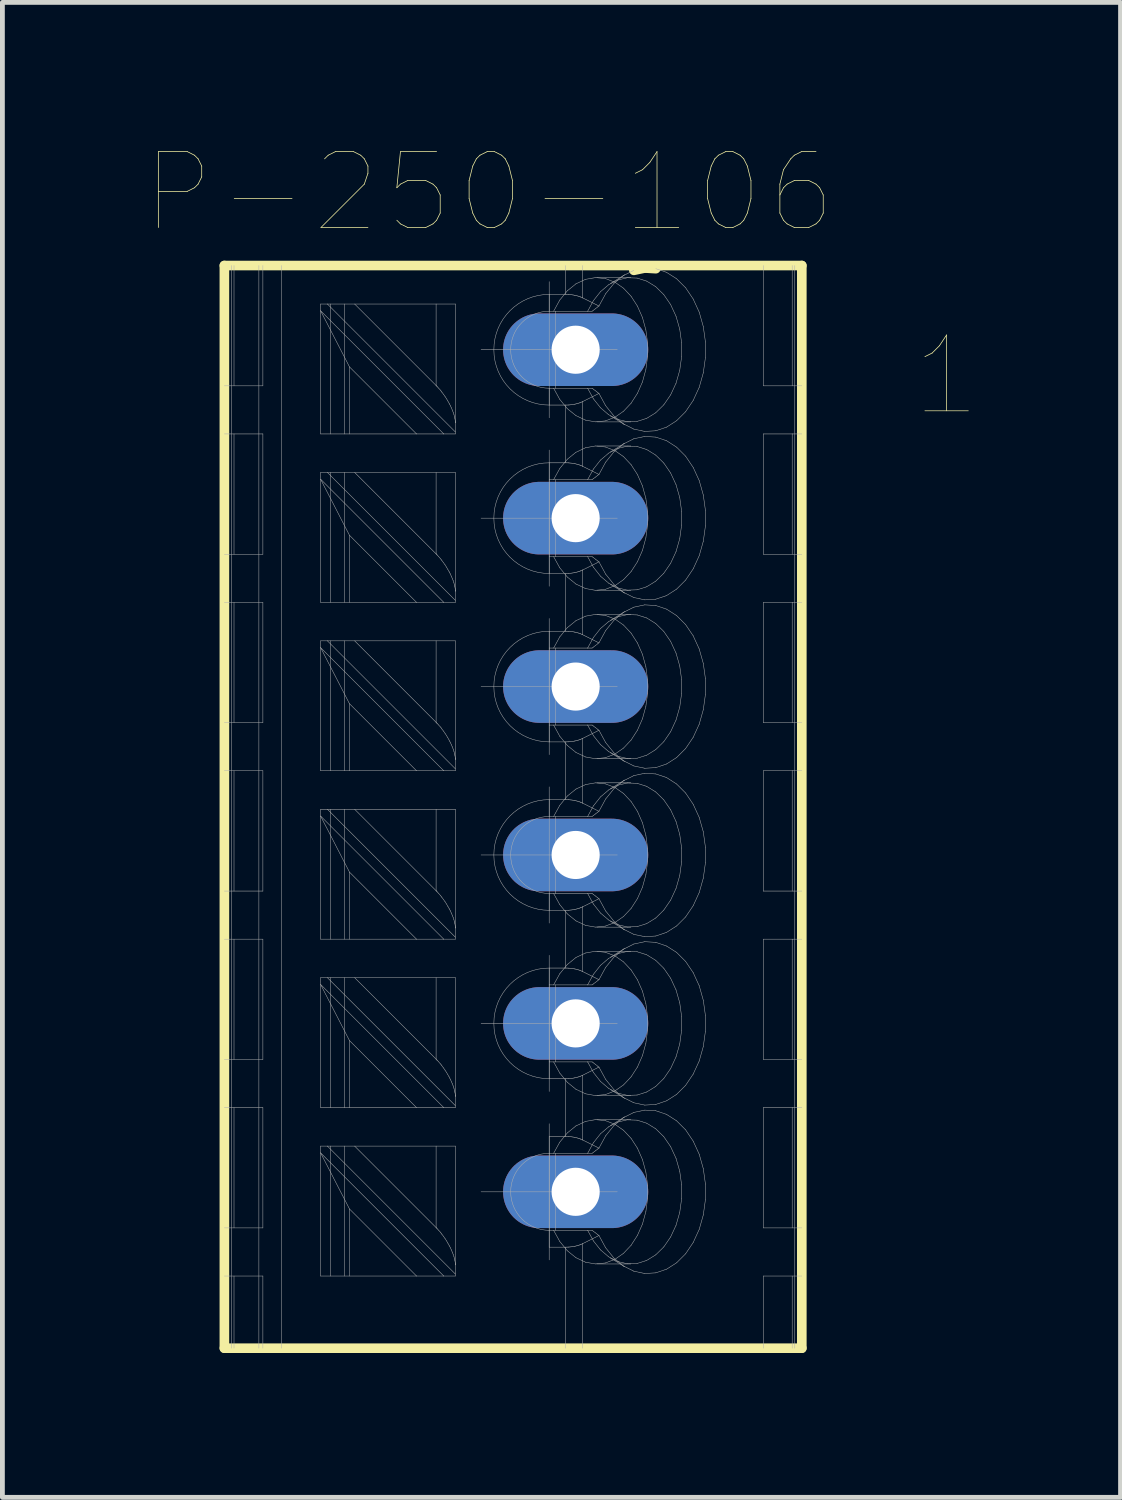
<source format=kicad_pcb>
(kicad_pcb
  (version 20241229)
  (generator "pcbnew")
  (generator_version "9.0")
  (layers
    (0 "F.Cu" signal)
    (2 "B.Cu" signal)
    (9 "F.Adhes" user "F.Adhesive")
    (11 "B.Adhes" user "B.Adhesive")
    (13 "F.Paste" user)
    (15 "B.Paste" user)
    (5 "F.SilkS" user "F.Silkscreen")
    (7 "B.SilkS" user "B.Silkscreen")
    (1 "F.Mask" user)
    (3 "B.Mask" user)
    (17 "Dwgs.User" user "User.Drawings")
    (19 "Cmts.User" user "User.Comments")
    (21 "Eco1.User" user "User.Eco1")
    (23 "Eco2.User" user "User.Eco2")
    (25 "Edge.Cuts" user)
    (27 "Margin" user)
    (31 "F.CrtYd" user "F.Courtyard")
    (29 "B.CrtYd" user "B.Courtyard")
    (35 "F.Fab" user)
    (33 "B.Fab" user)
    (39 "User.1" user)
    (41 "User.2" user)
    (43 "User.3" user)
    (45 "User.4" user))
  (footprint "P-250-106"
    (layer "F.Cu")
    (at 7.613 13.718)
    (property "Reference" "P-250-106" (at -0.501 -12.769 0) (layer "F.SilkS") (effects (font (size 1.577 1.577) (thickness 0.015))))
    (attr through_hole)
    (fp_line (start -6 -11.25) (end -6 11.25) (stroke (width 0.2) (type solid)) (layer "F.SilkS"))
    (fp_line (start -6 11.25) (end 6 11.25) (stroke (width 0.2) (type solid)) (layer "F.SilkS"))
    (fp_line (start 2.51 -11.15) (end 2.737 -11.198) (stroke (width 0.2) (type solid)) (layer "F.SilkS"))
    (fp_line (start 2.737 -11.198) (end 2.966 -11.184) (stroke (width 0.2) (type solid)) (layer "F.SilkS"))
    (fp_line (start 6 -11.25) (end -6 -11.25) (stroke (width 0.2) (type solid)) (layer "F.SilkS"))
    (fp_line (start 6 -11.25) (end 6 11.25) (stroke (width 0.2) (type solid)) (layer "F.SilkS"))
    (fp_line (start -6 -8.75) (end -5.2 -8.75) (stroke (width 0.01) (type solid)) (layer "F.Fab"))
    (fp_line (start -6 -5.25) (end -5.2 -5.25) (stroke (width 0.01) (type solid)) (layer "F.Fab"))
    (fp_line (start -6 -1.75) (end -5.2 -1.75) (stroke (width 0.01) (type solid)) (layer "F.Fab"))
    (fp_line (start -6 1.75) (end -5.2 1.75) (stroke (width 0.01) (type solid)) (layer "F.Fab"))
    (fp_line (start -6 5.25) (end -5.2 5.25) (stroke (width 0.01) (type solid)) (layer "F.Fab"))
    (fp_line (start -6 8.75) (end -5.2 8.75) (stroke (width 0.01) (type solid)) (layer "F.Fab"))
    (fp_line (start -5.85 -11.25) (end -5.85 11.25) (stroke (width 0.01) (type solid)) (layer "F.Fab"))
    (fp_line (start -5.8 -11.25) (end -5.8 -8.75) (stroke (width 0.01) (type solid)) (layer "F.Fab"))
    (fp_line (start -5.8 -7.75) (end -5.8 -5.25) (stroke (width 0.01) (type solid)) (layer "F.Fab"))
    (fp_line (start -5.8 -4.25) (end -5.8 -1.75) (stroke (width 0.01) (type solid)) (layer "F.Fab"))
    (fp_line (start -5.8 -0.75) (end -5.8 1.75) (stroke (width 0.01) (type solid)) (layer "F.Fab"))
    (fp_line (start -5.8 2.75) (end -5.8 5.25) (stroke (width 0.01) (type solid)) (layer "F.Fab"))
    (fp_line (start -5.8 6.25) (end -5.8 8.75) (stroke (width 0.01) (type solid)) (layer "F.Fab"))
    (fp_line (start -5.8 9.75) (end -5.8 11.25) (stroke (width 0.01) (type solid)) (layer "F.Fab"))
    (fp_line (start -5.283 -11.25) (end -5.283 11.25) (stroke (width 0.01) (type solid)) (layer "F.Fab"))
    (fp_line (start -5.2 -11.25) (end -5.2 -8.75) (stroke (width 0.01) (type solid)) (layer "F.Fab"))
    (fp_line (start -5.2 -7.75) (end -6 -7.75) (stroke (width 0.01) (type solid)) (layer "F.Fab"))
    (fp_line (start -5.2 -7.75) (end -5.2 -5.25) (stroke (width 0.01) (type solid)) (layer "F.Fab"))
    (fp_line (start -5.2 -4.25) (end -6 -4.25) (stroke (width 0.01) (type solid)) (layer "F.Fab"))
    (fp_line (start -5.2 -4.25) (end -5.2 -1.75) (stroke (width 0.01) (type solid)) (layer "F.Fab"))
    (fp_line (start -5.2 -0.75) (end -6 -0.75) (stroke (width 0.01) (type solid)) (layer "F.Fab"))
    (fp_line (start -5.2 -0.75) (end -5.2 1.75) (stroke (width 0.01) (type solid)) (layer "F.Fab"))
    (fp_line (start -5.2 2.75) (end -6 2.75) (stroke (width 0.01) (type solid)) (layer "F.Fab"))
    (fp_line (start -5.2 2.75) (end -5.2 5.25) (stroke (width 0.01) (type solid)) (layer "F.Fab"))
    (fp_line (start -5.2 6.25) (end -6 6.25) (stroke (width 0.01) (type solid)) (layer "F.Fab"))
    (fp_line (start -5.2 6.25) (end -5.2 8.75) (stroke (width 0.01) (type solid)) (layer "F.Fab"))
    (fp_line (start -5.2 9.75) (end -6 9.75) (stroke (width 0.01) (type solid)) (layer "F.Fab"))
    (fp_line (start -5.2 9.75) (end -5.2 11.25) (stroke (width 0.01) (type solid)) (layer "F.Fab"))
    (fp_line (start -4.813 -11.25) (end -4.813 11.25) (stroke (width 0.01) (type solid)) (layer "F.Fab"))
    (fp_line (start -4 -10.45) (end -3.859 -10.45) (stroke (width 0.01) (type solid)) (layer "F.Fab"))
    (fp_line (start -4 -10.309) (end -4 -10.45) (stroke (width 0.01) (type solid)) (layer "F.Fab"))
    (fp_line (start -4 -10.309) (end -1.441 -7.75) (stroke (width 0.01) (type solid)) (layer "F.Fab"))
    (fp_line (start -4 -7.75) (end -4 -10.309) (stroke (width 0.01) (type solid)) (layer "F.Fab"))
    (fp_line (start -4 -6.95) (end -3.859 -6.95) (stroke (width 0.01) (type solid)) (layer "F.Fab"))
    (fp_line (start -4 -6.809) (end -4 -6.95) (stroke (width 0.01) (type solid)) (layer "F.Fab"))
    (fp_line (start -4 -6.809) (end -1.441 -4.25) (stroke (width 0.01) (type solid)) (layer "F.Fab"))
    (fp_line (start -4 -4.25) (end -4 -6.809) (stroke (width 0.01) (type solid)) (layer "F.Fab"))
    (fp_line (start -4 -3.45) (end -3.859 -3.45) (stroke (width 0.01) (type solid)) (layer "F.Fab"))
    (fp_line (start -4 -3.309) (end -4 -3.45) (stroke (width 0.01) (type solid)) (layer "F.Fab"))
    (fp_line (start -4 -3.309) (end -1.441 -0.75) (stroke (width 0.01) (type solid)) (layer "F.Fab"))
    (fp_line (start -4 -0.75) (end -4 -3.309) (stroke (width 0.01) (type solid)) (layer "F.Fab"))
    (fp_line (start -4 0.05) (end -3.859 0.05) (stroke (width 0.01) (type solid)) (layer "F.Fab"))
    (fp_line (start -4 0.191) (end -4 0.05) (stroke (width 0.01) (type solid)) (layer "F.Fab"))
    (fp_line (start -4 0.191) (end -1.441 2.75) (stroke (width 0.01) (type solid)) (layer "F.Fab"))
    (fp_line (start -4 2.75) (end -4 0.191) (stroke (width 0.01) (type solid)) (layer "F.Fab"))
    (fp_line (start -4 3.55) (end -3.859 3.55) (stroke (width 0.01) (type solid)) (layer "F.Fab"))
    (fp_line (start -4 3.691) (end -4 3.55) (stroke (width 0.01) (type solid)) (layer "F.Fab"))
    (fp_line (start -4 3.691) (end -1.441 6.25) (stroke (width 0.01) (type solid)) (layer "F.Fab"))
    (fp_line (start -4 6.25) (end -4 3.691) (stroke (width 0.01) (type solid)) (layer "F.Fab"))
    (fp_line (start -4 7.05) (end -3.859 7.05) (stroke (width 0.01) (type solid)) (layer "F.Fab"))
    (fp_line (start -4 7.191) (end -4 7.05) (stroke (width 0.01) (type solid)) (layer "F.Fab"))
    (fp_line (start -4 7.191) (end -1.441 9.75) (stroke (width 0.01) (type solid)) (layer "F.Fab"))
    (fp_line (start -4 9.75) (end -4 7.191) (stroke (width 0.01) (type solid)) (layer "F.Fab"))
    (fp_line (start -3.859 -10.45) (end -1.2 -10.45) (stroke (width 0.01) (type solid)) (layer "F.Fab"))
    (fp_line (start -3.859 -10.45) (end -1.2 -7.791) (stroke (width 0.01) (type solid)) (layer "F.Fab"))
    (fp_line (start -3.859 -6.95) (end -1.2 -6.95) (stroke (width 0.01) (type solid)) (layer "F.Fab"))
    (fp_line (start -3.859 -6.95) (end -1.2 -4.291) (stroke (width 0.01) (type solid)) (layer "F.Fab"))
    (fp_line (start -3.859 -3.45) (end -1.2 -3.45) (stroke (width 0.01) (type solid)) (layer "F.Fab"))
    (fp_line (start -3.859 -3.45) (end -1.2 -0.791) (stroke (width 0.01) (type solid)) (layer "F.Fab"))
    (fp_line (start -3.859 0.05) (end -1.2 0.05) (stroke (width 0.01) (type solid)) (layer "F.Fab"))
    (fp_line (start -3.859 0.05) (end -1.2 2.709) (stroke (width 0.01) (type solid)) (layer "F.Fab"))
    (fp_line (start -3.859 3.55) (end -1.2 3.55) (stroke (width 0.01) (type solid)) (layer "F.Fab"))
    (fp_line (start -3.859 3.55) (end -1.2 6.209) (stroke (width 0.01) (type solid)) (layer "F.Fab"))
    (fp_line (start -3.859 7.05) (end -1.2 7.05) (stroke (width 0.01) (type solid)) (layer "F.Fab"))
    (fp_line (start -3.859 7.05) (end -1.2 9.709) (stroke (width 0.01) (type solid)) (layer "F.Fab"))
    (fp_line (start -3.8 -7.75) (end -3.8 -10.45) (stroke (width 0.01) (type solid)) (layer "F.Fab"))
    (fp_line (start -3.8 -4.25) (end -3.8 -6.95) (stroke (width 0.01) (type solid)) (layer "F.Fab"))
    (fp_line (start -3.8 -0.75) (end -3.8 -3.45) (stroke (width 0.01) (type solid)) (layer "F.Fab"))
    (fp_line (start -3.8 2.75) (end -3.8 0.05) (stroke (width 0.01) (type solid)) (layer "F.Fab"))
    (fp_line (start -3.8 6.25) (end -3.8 3.55) (stroke (width 0.01) (type solid)) (layer "F.Fab"))
    (fp_line (start -3.8 9.75) (end -3.8 7.05) (stroke (width 0.01) (type solid)) (layer "F.Fab"))
    (fp_line (start -3.5 -7.75) (end -3.5 -10.45) (stroke (width 0.01) (type solid)) (layer "F.Fab"))
    (fp_line (start -3.5 -4.25) (end -3.5 -6.95) (stroke (width 0.01) (type solid)) (layer "F.Fab"))
    (fp_line (start -3.5 -0.75) (end -3.5 -3.45) (stroke (width 0.01) (type solid)) (layer "F.Fab"))
    (fp_line (start -3.5 2.75) (end -3.5 0.05) (stroke (width 0.01) (type solid)) (layer "F.Fab"))
    (fp_line (start -3.5 6.25) (end -3.5 3.55) (stroke (width 0.01) (type solid)) (layer "F.Fab"))
    (fp_line (start -3.5 9.75) (end -3.5 7.05) (stroke (width 0.01) (type solid)) (layer "F.Fab"))
    (fp_line (start -3.4 -9.143) (end -4 -10.309) (stroke (width 0.01) (type solid)) (layer "F.Fab"))
    (fp_line (start -3.4 -7.75) (end -3.4 -9.143) (stroke (width 0.01) (type solid)) (layer "F.Fab"))
    (fp_line (start -3.4 -5.643) (end -4 -6.809) (stroke (width 0.01) (type solid)) (layer "F.Fab"))
    (fp_line (start -3.4 -4.25) (end -3.4 -5.643) (stroke (width 0.01) (type solid)) (layer "F.Fab"))
    (fp_line (start -3.4 -2.143) (end -4 -3.309) (stroke (width 0.01) (type solid)) (layer "F.Fab"))
    (fp_line (start -3.4 -0.75) (end -3.4 -2.143) (stroke (width 0.01) (type solid)) (layer "F.Fab"))
    (fp_line (start -3.4 1.357) (end -4 0.191) (stroke (width 0.01) (type solid)) (layer "F.Fab"))
    (fp_line (start -3.4 2.75) (end -3.4 1.357) (stroke (width 0.01) (type solid)) (layer "F.Fab"))
    (fp_line (start -3.4 4.857) (end -4 3.691) (stroke (width 0.01) (type solid)) (layer "F.Fab"))
    (fp_line (start -3.4 6.25) (end -3.4 4.857) (stroke (width 0.01) (type solid)) (layer "F.Fab"))
    (fp_line (start -3.4 8.357) (end -4 7.191) (stroke (width 0.01) (type solid)) (layer "F.Fab"))
    (fp_line (start -3.4 9.75) (end -3.4 8.357) (stroke (width 0.01) (type solid)) (layer "F.Fab"))
    (fp_line (start -3.293 -10.45) (end -1.6 -8.757) (stroke (width 0.01) (type solid)) (layer "F.Fab"))
    (fp_line (start -3.293 -6.95) (end -1.6 -5.257) (stroke (width 0.01) (type solid)) (layer "F.Fab"))
    (fp_line (start -3.293 -3.45) (end -1.6 -1.757) (stroke (width 0.01) (type solid)) (layer "F.Fab"))
    (fp_line (start -3.293 0.05) (end -1.6 1.743) (stroke (width 0.01) (type solid)) (layer "F.Fab"))
    (fp_line (start -3.293 3.55) (end -1.6 5.243) (stroke (width 0.01) (type solid)) (layer "F.Fab"))
    (fp_line (start -3.293 7.05) (end -1.6 8.743) (stroke (width 0.01) (type solid)) (layer "F.Fab"))
    (fp_line (start -2.007 -7.75) (end -4 -7.75) (stroke (width 0.01) (type solid)) (layer "F.Fab"))
    (fp_line (start -2.007 -7.75) (end -3.4 -9.143) (stroke (width 0.01) (type solid)) (layer "F.Fab"))
    (fp_line (start -2.007 -4.25) (end -4 -4.25) (stroke (width 0.01) (type solid)) (layer "F.Fab"))
    (fp_line (start -2.007 -4.25) (end -3.4 -5.643) (stroke (width 0.01) (type solid)) (layer "F.Fab"))
    (fp_line (start -2.007 -0.75) (end -4 -0.75) (stroke (width 0.01) (type solid)) (layer "F.Fab"))
    (fp_line (start -2.007 -0.75) (end -3.4 -2.143) (stroke (width 0.01) (type solid)) (layer "F.Fab"))
    (fp_line (start -2.007 2.75) (end -4 2.75) (stroke (width 0.01) (type solid)) (layer "F.Fab"))
    (fp_line (start -2.007 2.75) (end -3.4 1.357) (stroke (width 0.01) (type solid)) (layer "F.Fab"))
    (fp_line (start -2.007 6.25) (end -4 6.25) (stroke (width 0.01) (type solid)) (layer "F.Fab"))
    (fp_line (start -2.007 6.25) (end -3.4 4.857) (stroke (width 0.01) (type solid)) (layer "F.Fab"))
    (fp_line (start -2.007 9.75) (end -4 9.75) (stroke (width 0.01) (type solid)) (layer "F.Fab"))
    (fp_line (start -2.007 9.75) (end -3.4 8.357) (stroke (width 0.01) (type solid)) (layer "F.Fab"))
    (fp_line (start -1.6 -8.757) (end -1.6 -10.45) (stroke (width 0.01) (type solid)) (layer "F.Fab"))
    (fp_line (start -1.6 -5.257) (end -1.6 -6.95) (stroke (width 0.01) (type solid)) (layer "F.Fab"))
    (fp_line (start -1.6 -1.757) (end -1.6 -3.45) (stroke (width 0.01) (type solid)) (layer "F.Fab"))
    (fp_line (start -1.6 1.743) (end -1.6 0.05) (stroke (width 0.01) (type solid)) (layer "F.Fab"))
    (fp_line (start -1.6 5.243) (end -1.6 3.55) (stroke (width 0.01) (type solid)) (layer "F.Fab"))
    (fp_line (start -1.6 8.743) (end -1.6 7.05) (stroke (width 0.01) (type solid)) (layer "F.Fab"))
    (fp_line (start -1.597 -8.754) (end -1.6 -8.757) (stroke (width 0.01) (type solid)) (layer "F.Fab"))
    (fp_line (start -1.597 -5.254) (end -1.6 -5.257) (stroke (width 0.01) (type solid)) (layer "F.Fab"))
    (fp_line (start -1.597 -1.754) (end -1.6 -1.757) (stroke (width 0.01) (type solid)) (layer "F.Fab"))
    (fp_line (start -1.597 1.746) (end -1.6 1.743) (stroke (width 0.01) (type solid)) (layer "F.Fab"))
    (fp_line (start -1.597 5.246) (end -1.6 5.243) (stroke (width 0.01) (type solid)) (layer "F.Fab"))
    (fp_line (start -1.597 8.746) (end -1.6 8.743) (stroke (width 0.01) (type solid)) (layer "F.Fab"))
    (fp_line (start -1.591 -8.748) (end -1.597 -8.754) (stroke (width 0.01) (type solid)) (layer "F.Fab"))
    (fp_line (start -1.591 -5.248) (end -1.597 -5.254) (stroke (width 0.01) (type solid)) (layer "F.Fab"))
    (fp_line (start -1.591 -1.748) (end -1.597 -1.754) (stroke (width 0.01) (type solid)) (layer "F.Fab"))
    (fp_line (start -1.591 1.752) (end -1.597 1.746) (stroke (width 0.01) (type solid)) (layer "F.Fab"))
    (fp_line (start -1.591 5.252) (end -1.597 5.246) (stroke (width 0.01) (type solid)) (layer "F.Fab"))
    (fp_line (start -1.591 8.752) (end -1.597 8.746) (stroke (width 0.01) (type solid)) (layer "F.Fab"))
    (fp_line (start -1.583 -8.739) (end -1.591 -8.748) (stroke (width 0.01) (type solid)) (layer "F.Fab"))
    (fp_line (start -1.583 -5.239) (end -1.591 -5.248) (stroke (width 0.01) (type solid)) (layer "F.Fab"))
    (fp_line (start -1.583 -1.739) (end -1.591 -1.748) (stroke (width 0.01) (type solid)) (layer "F.Fab"))
    (fp_line (start -1.583 1.761) (end -1.591 1.752) (stroke (width 0.01) (type solid)) (layer "F.Fab"))
    (fp_line (start -1.583 5.261) (end -1.591 5.252) (stroke (width 0.01) (type solid)) (layer "F.Fab"))
    (fp_line (start -1.583 8.761) (end -1.591 8.752) (stroke (width 0.01) (type solid)) (layer "F.Fab"))
    (fp_line (start -1.58 -8.736) (end -1.583 -8.739) (stroke (width 0.01) (type solid)) (layer "F.Fab"))
    (fp_line (start -1.58 -5.236) (end -1.583 -5.239) (stroke (width 0.01) (type solid)) (layer "F.Fab"))
    (fp_line (start -1.58 -1.736) (end -1.583 -1.739) (stroke (width 0.01) (type solid)) (layer "F.Fab"))
    (fp_line (start -1.58 1.764) (end -1.583 1.761) (stroke (width 0.01) (type solid)) (layer "F.Fab"))
    (fp_line (start -1.58 5.264) (end -1.583 5.261) (stroke (width 0.01) (type solid)) (layer "F.Fab"))
    (fp_line (start -1.58 8.764) (end -1.583 8.761) (stroke (width 0.01) (type solid)) (layer "F.Fab"))
    (fp_line (start -1.568 -8.724) (end -1.58 -8.736) (stroke (width 0.01) (type solid)) (layer "F.Fab"))
    (fp_line (start -1.568 -5.224) (end -1.58 -5.236) (stroke (width 0.01) (type solid)) (layer "F.Fab"))
    (fp_line (start -1.568 -1.724) (end -1.58 -1.736) (stroke (width 0.01) (type solid)) (layer "F.Fab"))
    (fp_line (start -1.568 1.776) (end -1.58 1.764) (stroke (width 0.01) (type solid)) (layer "F.Fab"))
    (fp_line (start -1.568 5.276) (end -1.58 5.264) (stroke (width 0.01) (type solid)) (layer "F.Fab"))
    (fp_line (start -1.568 8.776) (end -1.58 8.764) (stroke (width 0.01) (type solid)) (layer "F.Fab"))
    (fp_line (start -1.548 -8.702) (end -1.568 -8.724) (stroke (width 0.01) (type solid)) (layer "F.Fab"))
    (fp_line (start -1.548 -5.202) (end -1.568 -5.224) (stroke (width 0.01) (type solid)) (layer "F.Fab"))
    (fp_line (start -1.548 -1.702) (end -1.568 -1.724) (stroke (width 0.01) (type solid)) (layer "F.Fab"))
    (fp_line (start -1.548 1.798) (end -1.568 1.776) (stroke (width 0.01) (type solid)) (layer "F.Fab"))
    (fp_line (start -1.548 5.298) (end -1.568 5.276) (stroke (width 0.01) (type solid)) (layer "F.Fab"))
    (fp_line (start -1.548 8.798) (end -1.568 8.776) (stroke (width 0.01) (type solid)) (layer "F.Fab"))
    (fp_line (start -1.513 -8.662) (end -1.548 -8.702) (stroke (width 0.01) (type solid)) (layer "F.Fab"))
    (fp_line (start -1.513 -5.162) (end -1.548 -5.202) (stroke (width 0.01) (type solid)) (layer "F.Fab"))
    (fp_line (start -1.513 -1.662) (end -1.548 -1.702) (stroke (width 0.01) (type solid)) (layer "F.Fab"))
    (fp_line (start -1.513 1.838) (end -1.548 1.798) (stroke (width 0.01) (type solid)) (layer "F.Fab"))
    (fp_line (start -1.513 5.338) (end -1.548 5.298) (stroke (width 0.01) (type solid)) (layer "F.Fab"))
    (fp_line (start -1.513 8.838) (end -1.548 8.798) (stroke (width 0.01) (type solid)) (layer "F.Fab"))
    (fp_line (start -1.496 -8.641) (end -1.513 -8.662) (stroke (width 0.01) (type solid)) (layer "F.Fab"))
    (fp_line (start -1.496 -5.141) (end -1.513 -5.162) (stroke (width 0.01) (type solid)) (layer "F.Fab"))
    (fp_line (start -1.496 -1.641) (end -1.513 -1.662) (stroke (width 0.01) (type solid)) (layer "F.Fab"))
    (fp_line (start -1.496 1.859) (end -1.513 1.838) (stroke (width 0.01) (type solid)) (layer "F.Fab"))
    (fp_line (start -1.496 5.359) (end -1.513 5.338) (stroke (width 0.01) (type solid)) (layer "F.Fab"))
    (fp_line (start -1.496 8.859) (end -1.513 8.838) (stroke (width 0.01) (type solid)) (layer "F.Fab"))
    (fp_line (start -1.48 -8.619) (end -1.496 -8.641) (stroke (width 0.01) (type solid)) (layer "F.Fab"))
    (fp_line (start -1.48 -5.119) (end -1.496 -5.141) (stroke (width 0.01) (type solid)) (layer "F.Fab"))
    (fp_line (start -1.48 -1.619) (end -1.496 -1.641) (stroke (width 0.01) (type solid)) (layer "F.Fab"))
    (fp_line (start -1.48 1.881) (end -1.496 1.859) (stroke (width 0.01) (type solid)) (layer "F.Fab"))
    (fp_line (start -1.48 5.381) (end -1.496 5.359) (stroke (width 0.01) (type solid)) (layer "F.Fab"))
    (fp_line (start -1.48 8.881) (end -1.496 8.859) (stroke (width 0.01) (type solid)) (layer "F.Fab"))
    (fp_line (start -1.447 -8.575) (end -1.48 -8.619) (stroke (width 0.01) (type solid)) (layer "F.Fab"))
    (fp_line (start -1.447 -5.075) (end -1.48 -5.119) (stroke (width 0.01) (type solid)) (layer "F.Fab"))
    (fp_line (start -1.447 -1.575) (end -1.48 -1.619) (stroke (width 0.01) (type solid)) (layer "F.Fab"))
    (fp_line (start -1.447 1.925) (end -1.48 1.881) (stroke (width 0.01) (type solid)) (layer "F.Fab"))
    (fp_line (start -1.447 5.425) (end -1.48 5.381) (stroke (width 0.01) (type solid)) (layer "F.Fab"))
    (fp_line (start -1.447 8.925) (end -1.48 8.881) (stroke (width 0.01) (type solid)) (layer "F.Fab"))
    (fp_line (start -1.441 -7.75) (end -2.007 -7.75) (stroke (width 0.01) (type solid)) (layer "F.Fab"))
    (fp_line (start -1.441 -4.25) (end -2.007 -4.25) (stroke (width 0.01) (type solid)) (layer "F.Fab"))
    (fp_line (start -1.441 -0.75) (end -2.007 -0.75) (stroke (width 0.01) (type solid)) (layer "F.Fab"))
    (fp_line (start -1.441 2.75) (end -2.007 2.75) (stroke (width 0.01) (type solid)) (layer "F.Fab"))
    (fp_line (start -1.441 6.25) (end -2.007 6.25) (stroke (width 0.01) (type solid)) (layer "F.Fab"))
    (fp_line (start -1.441 9.75) (end -2.007 9.75) (stroke (width 0.01) (type solid)) (layer "F.Fab"))
    (fp_line (start -1.415 -8.53) (end -1.447 -8.575) (stroke (width 0.01) (type solid)) (layer "F.Fab"))
    (fp_line (start -1.415 -5.03) (end -1.447 -5.075) (stroke (width 0.01) (type solid)) (layer "F.Fab"))
    (fp_line (start -1.415 -1.53) (end -1.447 -1.575) (stroke (width 0.01) (type solid)) (layer "F.Fab"))
    (fp_line (start -1.415 1.97) (end -1.447 1.925) (stroke (width 0.01) (type solid)) (layer "F.Fab"))
    (fp_line (start -1.415 5.47) (end -1.447 5.425) (stroke (width 0.01) (type solid)) (layer "F.Fab"))
    (fp_line (start -1.415 8.97) (end -1.447 8.925) (stroke (width 0.01) (type solid)) (layer "F.Fab"))
    (fp_line (start -1.385 -8.483) (end -1.415 -8.53) (stroke (width 0.01) (type solid)) (layer "F.Fab"))
    (fp_line (start -1.385 -4.983) (end -1.415 -5.03) (stroke (width 0.01) (type solid)) (layer "F.Fab"))
    (fp_line (start -1.385 -1.483) (end -1.415 -1.53) (stroke (width 0.01) (type solid)) (layer "F.Fab"))
    (fp_line (start -1.385 2.017) (end -1.415 1.97) (stroke (width 0.01) (type solid)) (layer "F.Fab"))
    (fp_line (start -1.385 5.517) (end -1.415 5.47) (stroke (width 0.01) (type solid)) (layer "F.Fab"))
    (fp_line (start -1.385 9.017) (end -1.415 8.97) (stroke (width 0.01) (type solid)) (layer "F.Fab"))
    (fp_line (start -1.357 -8.436) (end -1.385 -8.483) (stroke (width 0.01) (type solid)) (layer "F.Fab"))
    (fp_line (start -1.357 -4.936) (end -1.385 -4.983) (stroke (width 0.01) (type solid)) (layer "F.Fab"))
    (fp_line (start -1.357 -1.436) (end -1.385 -1.483) (stroke (width 0.01) (type solid)) (layer "F.Fab"))
    (fp_line (start -1.357 2.064) (end -1.385 2.017) (stroke (width 0.01) (type solid)) (layer "F.Fab"))
    (fp_line (start -1.357 5.564) (end -1.385 5.517) (stroke (width 0.01) (type solid)) (layer "F.Fab"))
    (fp_line (start -1.357 9.064) (end -1.385 9.017) (stroke (width 0.01) (type solid)) (layer "F.Fab"))
    (fp_line (start -1.33 -8.388) (end -1.357 -8.436) (stroke (width 0.01) (type solid)) (layer "F.Fab"))
    (fp_line (start -1.33 -4.888) (end -1.357 -4.936) (stroke (width 0.01) (type solid)) (layer "F.Fab"))
    (fp_line (start -1.33 -1.388) (end -1.357 -1.436) (stroke (width 0.01) (type solid)) (layer "F.Fab"))
    (fp_line (start -1.33 2.112) (end -1.357 2.064) (stroke (width 0.01) (type solid)) (layer "F.Fab"))
    (fp_line (start -1.33 5.612) (end -1.357 5.564) (stroke (width 0.01) (type solid)) (layer "F.Fab"))
    (fp_line (start -1.33 9.112) (end -1.357 9.064) (stroke (width 0.01) (type solid)) (layer "F.Fab"))
    (fp_line (start -1.317 -8.364) (end -1.33 -8.388) (stroke (width 0.01) (type solid)) (layer "F.Fab"))
    (fp_line (start -1.317 -4.864) (end -1.33 -4.888) (stroke (width 0.01) (type solid)) (layer "F.Fab"))
    (fp_line (start -1.317 -1.364) (end -1.33 -1.388) (stroke (width 0.01) (type solid)) (layer "F.Fab"))
    (fp_line (start -1.317 2.136) (end -1.33 2.112) (stroke (width 0.01) (type solid)) (layer "F.Fab"))
    (fp_line (start -1.317 5.636) (end -1.33 5.612) (stroke (width 0.01) (type solid)) (layer "F.Fab"))
    (fp_line (start -1.317 9.136) (end -1.33 9.112) (stroke (width 0.01) (type solid)) (layer "F.Fab"))
    (fp_line (start -1.305 -8.34) (end -1.317 -8.364) (stroke (width 0.01) (type solid)) (layer "F.Fab"))
    (fp_line (start -1.305 -4.84) (end -1.317 -4.864) (stroke (width 0.01) (type solid)) (layer "F.Fab"))
    (fp_line (start -1.305 -1.34) (end -1.317 -1.364) (stroke (width 0.01) (type solid)) (layer "F.Fab"))
    (fp_line (start -1.305 2.16) (end -1.317 2.136) (stroke (width 0.01) (type solid)) (layer "F.Fab"))
    (fp_line (start -1.305 5.66) (end -1.317 5.636) (stroke (width 0.01) (type solid)) (layer "F.Fab"))
    (fp_line (start -1.305 9.16) (end -1.317 9.136) (stroke (width 0.01) (type solid)) (layer "F.Fab"))
    (fp_line (start -1.283 -8.292) (end -1.305 -8.34) (stroke (width 0.01) (type solid)) (layer "F.Fab"))
    (fp_line (start -1.283 -4.792) (end -1.305 -4.84) (stroke (width 0.01) (type solid)) (layer "F.Fab"))
    (fp_line (start -1.283 -1.292) (end -1.305 -1.34) (stroke (width 0.01) (type solid)) (layer "F.Fab"))
    (fp_line (start -1.283 2.208) (end -1.305 2.16) (stroke (width 0.01) (type solid)) (layer "F.Fab"))
    (fp_line (start -1.283 5.708) (end -1.305 5.66) (stroke (width 0.01) (type solid)) (layer "F.Fab"))
    (fp_line (start -1.283 9.208) (end -1.305 9.16) (stroke (width 0.01) (type solid)) (layer "F.Fab"))
    (fp_line (start -1.263 -8.245) (end -1.283 -8.292) (stroke (width 0.01) (type solid)) (layer "F.Fab"))
    (fp_line (start -1.263 -4.745) (end -1.283 -4.792) (stroke (width 0.01) (type solid)) (layer "F.Fab"))
    (fp_line (start -1.263 -1.245) (end -1.283 -1.292) (stroke (width 0.01) (type solid)) (layer "F.Fab"))
    (fp_line (start -1.263 2.255) (end -1.283 2.208) (stroke (width 0.01) (type solid)) (layer "F.Fab"))
    (fp_line (start -1.263 5.755) (end -1.283 5.708) (stroke (width 0.01) (type solid)) (layer "F.Fab"))
    (fp_line (start -1.263 9.255) (end -1.283 9.208) (stroke (width 0.01) (type solid)) (layer "F.Fab"))
    (fp_line (start -1.245 -8.199) (end -1.263 -8.245) (stroke (width 0.01) (type solid)) (layer "F.Fab"))
    (fp_line (start -1.245 -4.699) (end -1.263 -4.745) (stroke (width 0.01) (type solid)) (layer "F.Fab"))
    (fp_line (start -1.245 -1.199) (end -1.263 -1.245) (stroke (width 0.01) (type solid)) (layer "F.Fab"))
    (fp_line (start -1.245 2.301) (end -1.263 2.255) (stroke (width 0.01) (type solid)) (layer "F.Fab"))
    (fp_line (start -1.245 5.801) (end -1.263 5.755) (stroke (width 0.01) (type solid)) (layer "F.Fab"))
    (fp_line (start -1.245 9.301) (end -1.263 9.255) (stroke (width 0.01) (type solid)) (layer "F.Fab"))
    (fp_line (start -1.23 -8.155) (end -1.245 -8.199) (stroke (width 0.01) (type solid)) (layer "F.Fab"))
    (fp_line (start -1.23 -4.655) (end -1.245 -4.699) (stroke (width 0.01) (type solid)) (layer "F.Fab"))
    (fp_line (start -1.23 -1.155) (end -1.245 -1.199) (stroke (width 0.01) (type solid)) (layer "F.Fab"))
    (fp_line (start -1.23 2.345) (end -1.245 2.301) (stroke (width 0.01) (type solid)) (layer "F.Fab"))
    (fp_line (start -1.23 5.845) (end -1.245 5.801) (stroke (width 0.01) (type solid)) (layer "F.Fab"))
    (fp_line (start -1.23 9.345) (end -1.245 9.301) (stroke (width 0.01) (type solid)) (layer "F.Fab"))
    (fp_line (start -1.218 -8.112) (end -1.23 -8.155) (stroke (width 0.01) (type solid)) (layer "F.Fab"))
    (fp_line (start -1.218 -4.612) (end -1.23 -4.655) (stroke (width 0.01) (type solid)) (layer "F.Fab"))
    (fp_line (start -1.218 -1.112) (end -1.23 -1.155) (stroke (width 0.01) (type solid)) (layer "F.Fab"))
    (fp_line (start -1.218 2.388) (end -1.23 2.345) (stroke (width 0.01) (type solid)) (layer "F.Fab"))
    (fp_line (start -1.218 5.888) (end -1.23 5.845) (stroke (width 0.01) (type solid)) (layer "F.Fab"))
    (fp_line (start -1.218 9.388) (end -1.23 9.345) (stroke (width 0.01) (type solid)) (layer "F.Fab"))
    (fp_line (start -1.214 -8.091) (end -1.218 -8.112) (stroke (width 0.01) (type solid)) (layer "F.Fab"))
    (fp_line (start -1.214 -4.591) (end -1.218 -4.612) (stroke (width 0.01) (type solid)) (layer "F.Fab"))
    (fp_line (start -1.214 -1.091) (end -1.218 -1.112) (stroke (width 0.01) (type solid)) (layer "F.Fab"))
    (fp_line (start -1.214 2.409) (end -1.218 2.388) (stroke (width 0.01) (type solid)) (layer "F.Fab"))
    (fp_line (start -1.214 5.909) (end -1.218 5.888) (stroke (width 0.01) (type solid)) (layer "F.Fab"))
    (fp_line (start -1.214 9.409) (end -1.218 9.388) (stroke (width 0.01) (type solid)) (layer "F.Fab"))
    (fp_line (start -1.21 -8.071) (end -1.214 -8.091) (stroke (width 0.01) (type solid)) (layer "F.Fab"))
    (fp_line (start -1.21 -4.571) (end -1.214 -4.591) (stroke (width 0.01) (type solid)) (layer "F.Fab"))
    (fp_line (start -1.21 -1.071) (end -1.214 -1.091) (stroke (width 0.01) (type solid)) (layer "F.Fab"))
    (fp_line (start -1.21 2.429) (end -1.214 2.409) (stroke (width 0.01) (type solid)) (layer "F.Fab"))
    (fp_line (start -1.21 5.929) (end -1.214 5.909) (stroke (width 0.01) (type solid)) (layer "F.Fab"))
    (fp_line (start -1.21 9.429) (end -1.214 9.409) (stroke (width 0.01) (type solid)) (layer "F.Fab"))
    (fp_line (start -1.203 -8.033) (end -1.21 -8.071) (stroke (width 0.01) (type solid)) (layer "F.Fab"))
    (fp_line (start -1.203 -4.533) (end -1.21 -4.571) (stroke (width 0.01) (type solid)) (layer "F.Fab"))
    (fp_line (start -1.203 -1.033) (end -1.21 -1.071) (stroke (width 0.01) (type solid)) (layer "F.Fab"))
    (fp_line (start -1.203 2.467) (end -1.21 2.429) (stroke (width 0.01) (type solid)) (layer "F.Fab"))
    (fp_line (start -1.203 5.967) (end -1.21 5.929) (stroke (width 0.01) (type solid)) (layer "F.Fab"))
    (fp_line (start -1.203 9.467) (end -1.21 9.429) (stroke (width 0.01) (type solid)) (layer "F.Fab"))
    (fp_line (start -1.201 -8.011) (end -1.203 -8.033) (stroke (width 0.01) (type solid)) (layer "F.Fab"))
    (fp_line (start -1.201 -4.511) (end -1.203 -4.533) (stroke (width 0.01) (type solid)) (layer "F.Fab"))
    (fp_line (start -1.201 -1.011) (end -1.203 -1.033) (stroke (width 0.01) (type solid)) (layer "F.Fab"))
    (fp_line (start -1.201 2.489) (end -1.203 2.467) (stroke (width 0.01) (type solid)) (layer "F.Fab"))
    (fp_line (start -1.201 5.989) (end -1.203 5.967) (stroke (width 0.01) (type solid)) (layer "F.Fab"))
    (fp_line (start -1.201 9.489) (end -1.203 9.467) (stroke (width 0.01) (type solid)) (layer "F.Fab"))
    (fp_line (start -1.201 -8.005) (end -1.201 -8.011) (stroke (width 0.01) (type solid)) (layer "F.Fab"))
    (fp_line (start -1.201 -4.505) (end -1.201 -4.511) (stroke (width 0.01) (type solid)) (layer "F.Fab"))
    (fp_line (start -1.201 -1.006) (end -1.201 -1.011) (stroke (width 0.01) (type solid)) (layer "F.Fab"))
    (fp_line (start -1.201 2.494) (end -1.201 2.489) (stroke (width 0.01) (type solid)) (layer "F.Fab"))
    (fp_line (start -1.201 5.995) (end -1.201 5.989) (stroke (width 0.01) (type solid)) (layer "F.Fab"))
    (fp_line (start -1.201 9.495) (end -1.201 9.489) (stroke (width 0.01) (type solid)) (layer "F.Fab"))
    (fp_line (start -1.2 -8) (end -1.201 -8.005) (stroke (width 0.01) (type solid)) (layer "F.Fab"))
    (fp_line (start -1.2 -4.5) (end -1.201 -4.505) (stroke (width 0.01) (type solid)) (layer "F.Fab"))
    (fp_line (start -1.2 -1) (end -1.201 -1.006) (stroke (width 0.01) (type solid)) (layer "F.Fab"))
    (fp_line (start -1.2 2.5) (end -1.201 2.494) (stroke (width 0.01) (type solid)) (layer "F.Fab"))
    (fp_line (start -1.2 6) (end -1.201 5.995) (stroke (width 0.01) (type solid)) (layer "F.Fab"))
    (fp_line (start -1.2 9.5) (end -1.201 9.495) (stroke (width 0.01) (type solid)) (layer "F.Fab"))
    (fp_line (start -1.2 -7.997) (end -1.2 -8) (stroke (width 0.01) (type solid)) (layer "F.Fab"))
    (fp_line (start -1.2 -4.497) (end -1.2 -4.5) (stroke (width 0.01) (type solid)) (layer "F.Fab"))
    (fp_line (start -1.2 -0.997) (end -1.2 -1) (stroke (width 0.01) (type solid)) (layer "F.Fab"))
    (fp_line (start -1.2 2.503) (end -1.2 2.5) (stroke (width 0.01) (type solid)) (layer "F.Fab"))
    (fp_line (start -1.2 6.003) (end -1.2 6) (stroke (width 0.01) (type solid)) (layer "F.Fab"))
    (fp_line (start -1.2 9.503) (end -1.2 9.5) (stroke (width 0.01) (type solid)) (layer "F.Fab"))
    (fp_line (start -1.2 -7.994) (end -1.2 -7.997) (stroke (width 0.01) (type solid)) (layer "F.Fab"))
    (fp_line (start -1.2 -4.494) (end -1.2 -4.497) (stroke (width 0.01) (type solid)) (layer "F.Fab"))
    (fp_line (start -1.2 -0.994) (end -1.2 -0.997) (stroke (width 0.01) (type solid)) (layer "F.Fab"))
    (fp_line (start -1.2 2.506) (end -1.2 2.503) (stroke (width 0.01) (type solid)) (layer "F.Fab"))
    (fp_line (start -1.2 6.006) (end -1.2 6.003) (stroke (width 0.01) (type solid)) (layer "F.Fab"))
    (fp_line (start -1.2 9.506) (end -1.2 9.503) (stroke (width 0.01) (type solid)) (layer "F.Fab"))
    (fp_line (start -1.2 -7.988) (end -1.2 -7.994) (stroke (width 0.01) (type solid)) (layer "F.Fab"))
    (fp_line (start -1.2 -4.488) (end -1.2 -4.494) (stroke (width 0.01) (type solid)) (layer "F.Fab"))
    (fp_line (start -1.2 -0.988) (end -1.2 -0.994) (stroke (width 0.01) (type solid)) (layer "F.Fab"))
    (fp_line (start -1.2 2.512) (end -1.2 2.506) (stroke (width 0.01) (type solid)) (layer "F.Fab"))
    (fp_line (start -1.2 6.012) (end -1.2 6.006) (stroke (width 0.01) (type solid)) (layer "F.Fab"))
    (fp_line (start -1.2 9.512) (end -1.2 9.506) (stroke (width 0.01) (type solid)) (layer "F.Fab"))
    (fp_line (start -1.2 -10.45) (end -1.2 -7.75) (stroke (width 0.01) (type solid)) (layer "F.Fab"))
    (fp_line (start -1.2 -7.983) (end -1.2 -7.988) (stroke (width 0.01) (type solid)) (layer "F.Fab"))
    (fp_line (start -1.2 -7.98) (end -1.2 -7.983) (stroke (width 0.01) (type solid)) (layer "F.Fab"))
    (fp_line (start -1.2 -7.75) (end -1.441 -7.75) (stroke (width 0.01) (type solid)) (layer "F.Fab"))
    (fp_line (start -1.2 -6.95) (end -1.2 -4.25) (stroke (width 0.01) (type solid)) (layer "F.Fab"))
    (fp_line (start -1.2 -4.483) (end -1.2 -4.488) (stroke (width 0.01) (type solid)) (layer "F.Fab"))
    (fp_line (start -1.2 -4.48) (end -1.2 -4.483) (stroke (width 0.01) (type solid)) (layer "F.Fab"))
    (fp_line (start -1.2 -4.25) (end -1.441 -4.25) (stroke (width 0.01) (type solid)) (layer "F.Fab"))
    (fp_line (start -1.2 -3.45) (end -1.2 -0.75) (stroke (width 0.01) (type solid)) (layer "F.Fab"))
    (fp_line (start -1.2 -0.983) (end -1.2 -0.988) (stroke (width 0.01) (type solid)) (layer "F.Fab"))
    (fp_line (start -1.2 -0.98) (end -1.2 -0.983) (stroke (width 0.01) (type solid)) (layer "F.Fab"))
    (fp_line (start -1.2 -0.75) (end -1.441 -0.75) (stroke (width 0.01) (type solid)) (layer "F.Fab"))
    (fp_line (start -1.2 0.05) (end -1.2 2.75) (stroke (width 0.01) (type solid)) (layer "F.Fab"))
    (fp_line (start -1.2 2.517) (end -1.2 2.512) (stroke (width 0.01) (type solid)) (layer "F.Fab"))
    (fp_line (start -1.2 2.52) (end -1.2 2.517) (stroke (width 0.01) (type solid)) (layer "F.Fab"))
    (fp_line (start -1.2 2.75) (end -1.441 2.75) (stroke (width 0.01) (type solid)) (layer "F.Fab"))
    (fp_line (start -1.2 3.55) (end -1.2 6.25) (stroke (width 0.01) (type solid)) (layer "F.Fab"))
    (fp_line (start -1.2 6.017) (end -1.2 6.012) (stroke (width 0.01) (type solid)) (layer "F.Fab"))
    (fp_line (start -1.2 6.02) (end -1.2 6.017) (stroke (width 0.01) (type solid)) (layer "F.Fab"))
    (fp_line (start -1.2 6.25) (end -1.441 6.25) (stroke (width 0.01) (type solid)) (layer "F.Fab"))
    (fp_line (start -1.2 7.05) (end -1.2 9.75) (stroke (width 0.01) (type solid)) (layer "F.Fab"))
    (fp_line (start -1.2 9.517) (end -1.2 9.512) (stroke (width 0.01) (type solid)) (layer "F.Fab"))
    (fp_line (start -1.2 9.52) (end -1.2 9.517) (stroke (width 0.01) (type solid)) (layer "F.Fab"))
    (fp_line (start -1.2 9.75) (end -1.441 9.75) (stroke (width 0.01) (type solid)) (layer "F.Fab"))
    (fp_line (start -0.665 -9.5) (end 2.165 -9.5) (stroke (width 0.01) (type solid)) (layer "F.Fab"))
    (fp_line (start -0.665 -6) (end 2.165 -6) (stroke (width 0.01) (type solid)) (layer "F.Fab"))
    (fp_line (start -0.665 -2.5) (end 2.165 -2.5) (stroke (width 0.01) (type solid)) (layer "F.Fab"))
    (fp_line (start -0.665 1) (end 2.165 1) (stroke (width 0.01) (type solid)) (layer "F.Fab"))
    (fp_line (start -0.665 4.5) (end 2.165 4.5) (stroke (width 0.01) (type solid)) (layer "F.Fab"))
    (fp_line (start -0.665 8) (end 2.165 8) (stroke (width 0.01) (type solid)) (layer "F.Fab"))
    (fp_line (start 0.75 -10.65) (end 0.75 -10.3) (stroke (width 0.01) (type solid)) (layer "F.Fab"))
    (fp_line (start 0.75 -10.65) (end 1.093 -10.65) (stroke (width 0.01) (type solid)) (layer "F.Fab"))
    (fp_line (start 0.75 -10.3) (end 1.549 -10.3) (stroke (width 0.01) (type solid)) (layer "F.Fab"))
    (fp_line (start 0.75 -8.7) (end 1.549 -8.7) (stroke (width 0.01) (type solid)) (layer "F.Fab"))
    (fp_line (start 0.75 -8.35) (end 0.75 -8.7) (stroke (width 0.01) (type solid)) (layer "F.Fab"))
    (fp_line (start 0.75 -8.085) (end 0.75 -10.915) (stroke (width 0.01) (type solid)) (layer "F.Fab"))
    (fp_line (start 0.75 -7.15) (end 0.75 -6.8) (stroke (width 0.01) (type solid)) (layer "F.Fab"))
    (fp_line (start 0.75 -7.15) (end 1.093 -7.15) (stroke (width 0.01) (type solid)) (layer "F.Fab"))
    (fp_line (start 0.75 -6.8) (end 0.75 -5.2) (stroke (width 0.01) (type solid)) (layer "F.Fab"))
    (fp_line (start 0.75 -5.2) (end 0.75 -4.85) (stroke (width 0.01) (type solid)) (layer "F.Fab"))
    (fp_line (start 0.75 -5.2) (end 1.549 -5.2) (stroke (width 0.01) (type solid)) (layer "F.Fab"))
    (fp_line (start 0.75 -4.585) (end 0.75 -7.415) (stroke (width 0.01) (type solid)) (layer "F.Fab"))
    (fp_line (start 0.75 -3.65) (end 0.75 -3.3) (stroke (width 0.01) (type solid)) (layer "F.Fab"))
    (fp_line (start 0.75 -3.65) (end 1.093 -3.65) (stroke (width 0.01) (type solid)) (layer "F.Fab"))
    (fp_line (start 0.75 -3.3) (end 0.75 -1.7) (stroke (width 0.01) (type solid)) (layer "F.Fab"))
    (fp_line (start 0.75 -1.7) (end 0.75 -1.35) (stroke (width 0.01) (type solid)) (layer "F.Fab"))
    (fp_line (start 0.75 -1.7) (end 1.549 -1.7) (stroke (width 0.01) (type solid)) (layer "F.Fab"))
    (fp_line (start 0.75 -1.085) (end 0.75 -3.915) (stroke (width 0.01) (type solid)) (layer "F.Fab"))
    (fp_line (start 0.75 -0.15) (end 0.75 0.2) (stroke (width 0.01) (type solid)) (layer "F.Fab"))
    (fp_line (start 0.75 -0.15) (end 1.093 -0.15) (stroke (width 0.01) (type solid)) (layer "F.Fab"))
    (fp_line (start 0.75 1.8) (end 1.549 1.8) (stroke (width 0.01) (type solid)) (layer "F.Fab"))
    (fp_line (start 0.75 2.15) (end 0.75 1.8) (stroke (width 0.01) (type solid)) (layer "F.Fab"))
    (fp_line (start 0.75 2.415) (end 0.75 -0.415) (stroke (width 0.01) (type solid)) (layer "F.Fab"))
    (fp_line (start 0.75 3.35) (end 0.75 3.7) (stroke (width 0.01) (type solid)) (layer "F.Fab"))
    (fp_line (start 0.75 3.35) (end 1.093 3.35) (stroke (width 0.01) (type solid)) (layer "F.Fab"))
    (fp_line (start 0.75 3.7) (end 0.75 5.3) (stroke (width 0.01) (type solid)) (layer "F.Fab"))
    (fp_line (start 0.75 5.3) (end 0.75 5.65) (stroke (width 0.01) (type solid)) (layer "F.Fab"))
    (fp_line (start 0.75 5.3) (end 1.549 5.3) (stroke (width 0.01) (type solid)) (layer "F.Fab"))
    (fp_line (start 0.75 5.915) (end 0.75 3.085) (stroke (width 0.01) (type solid)) (layer "F.Fab"))
    (fp_line (start 0.75 6.85) (end 0.75 7.2) (stroke (width 0.01) (type solid)) (layer "F.Fab"))
    (fp_line (start 0.75 6.85) (end 1.093 6.85) (stroke (width 0.01) (type solid)) (layer "F.Fab"))
    (fp_line (start 0.75 7.2) (end 0.75 8.8) (stroke (width 0.01) (type solid)) (layer "F.Fab"))
    (fp_line (start 0.75 8.8) (end 1.549 8.8) (stroke (width 0.01) (type solid)) (layer "F.Fab"))
    (fp_line (start 0.75 9.15) (end 0.75 8.8) (stroke (width 0.01) (type solid)) (layer "F.Fab"))
    (fp_line (start 0.75 9.415) (end 0.75 6.585) (stroke (width 0.01) (type solid)) (layer "F.Fab"))
    (fp_line (start 0.842 -10.3) (end 0.97 -10.532) (stroke (width 0.01) (type solid)) (layer "F.Fab"))
    (fp_line (start 0.842 -6.8) (end 0.97 -7.032) (stroke (width 0.01) (type solid)) (layer "F.Fab"))
    (fp_line (start 0.842 -3.3) (end 0.97 -3.532) (stroke (width 0.01) (type solid)) (layer "F.Fab"))
    (fp_line (start 0.842 0.2) (end 0.97 -0.032) (stroke (width 0.01) (type solid)) (layer "F.Fab"))
    (fp_line (start 0.842 3.7) (end 0.97 3.468) (stroke (width 0.01) (type solid)) (layer "F.Fab"))
    (fp_line (start 0.842 7.2) (end 0.97 6.968) (stroke (width 0.01) (type solid)) (layer "F.Fab"))
    (fp_line (start 0.879 -10.3) (end 0.879 -8.7) (stroke (width 0.01) (type solid)) (layer "F.Fab"))
    (fp_line (start 0.879 -6.8) (end 0.879 -5.2) (stroke (width 0.01) (type solid)) (layer "F.Fab"))
    (fp_line (start 0.879 -3.3) (end 0.879 -1.7) (stroke (width 0.01) (type solid)) (layer "F.Fab"))
    (fp_line (start 0.879 0.2) (end 0.879 1.8) (stroke (width 0.01) (type solid)) (layer "F.Fab"))
    (fp_line (start 0.879 3.7) (end 0.879 5.3) (stroke (width 0.01) (type solid)) (layer "F.Fab"))
    (fp_line (start 0.879 7.2) (end 0.879 8.8) (stroke (width 0.01) (type solid)) (layer "F.Fab"))
    (fp_line (start 0.97 -10.532) (end 1.127 -10.725) (stroke (width 0.01) (type solid)) (layer "F.Fab"))
    (fp_line (start 0.97 -8.468) (end 0.842 -8.7) (stroke (width 0.01) (type solid)) (layer "F.Fab"))
    (fp_line (start 0.97 -7.032) (end 1.127 -7.224) (stroke (width 0.01) (type solid)) (layer "F.Fab"))
    (fp_line (start 0.97 -4.968) (end 0.842 -5.2) (stroke (width 0.01) (type solid)) (layer "F.Fab"))
    (fp_line (start 0.97 -3.532) (end 1.127 -3.724) (stroke (width 0.01) (type solid)) (layer "F.Fab"))
    (fp_line (start 0.97 -1.468) (end 0.842 -1.7) (stroke (width 0.01) (type solid)) (layer "F.Fab"))
    (fp_line (start 0.97 -0.032) (end 1.127 -0.225) (stroke (width 0.01) (type solid)) (layer "F.Fab"))
    (fp_line (start 0.97 2.032) (end 0.842 1.8) (stroke (width 0.01) (type solid)) (layer "F.Fab"))
    (fp_line (start 0.97 3.468) (end 1.127 3.276) (stroke (width 0.01) (type solid)) (layer "F.Fab"))
    (fp_line (start 0.97 5.532) (end 0.842 5.3) (stroke (width 0.01) (type solid)) (layer "F.Fab"))
    (fp_line (start 0.97 6.968) (end 1.127 6.776) (stroke (width 0.01) (type solid)) (layer "F.Fab"))
    (fp_line (start 0.97 9.032) (end 0.842 8.8) (stroke (width 0.01) (type solid)) (layer "F.Fab"))
    (fp_line (start 1.093 -11.25) (end 1.093 -10.65) (stroke (width 0.01) (type solid)) (layer "F.Fab"))
    (fp_line (start 1.093 -8.35) (end 0.75 -8.35) (stroke (width 0.01) (type solid)) (layer "F.Fab"))
    (fp_line (start 1.093 -8.35) (end 1.093 -7.15) (stroke (width 0.01) (type solid)) (layer "F.Fab"))
    (fp_line (start 1.093 -8.35) (end 1.104 -8.35) (stroke (width 0.01) (type solid)) (layer "F.Fab"))
    (fp_line (start 1.093 -4.85) (end 0.75 -4.85) (stroke (width 0.01) (type solid)) (layer "F.Fab"))
    (fp_line (start 1.093 -4.85) (end 1.093 -3.65) (stroke (width 0.01) (type solid)) (layer "F.Fab"))
    (fp_line (start 1.093 -4.85) (end 1.104 -4.85) (stroke (width 0.01) (type solid)) (layer "F.Fab"))
    (fp_line (start 1.093 -1.35) (end 0.75 -1.35) (stroke (width 0.01) (type solid)) (layer "F.Fab"))
    (fp_line (start 1.093 -1.35) (end 1.093 -0.15) (stroke (width 0.01) (type solid)) (layer "F.Fab"))
    (fp_line (start 1.093 -1.35) (end 1.104 -1.35) (stroke (width 0.01) (type solid)) (layer "F.Fab"))
    (fp_line (start 1.093 2.15) (end 0.75 2.15) (stroke (width 0.01) (type solid)) (layer "F.Fab"))
    (fp_line (start 1.093 2.15) (end 1.093 3.35) (stroke (width 0.01) (type solid)) (layer "F.Fab"))
    (fp_line (start 1.093 2.15) (end 1.104 2.15) (stroke (width 0.01) (type solid)) (layer "F.Fab"))
    (fp_line (start 1.093 5.65) (end 0.75 5.65) (stroke (width 0.01) (type solid)) (layer "F.Fab"))
    (fp_line (start 1.093 5.65) (end 1.093 6.85) (stroke (width 0.01) (type solid)) (layer "F.Fab"))
    (fp_line (start 1.093 5.65) (end 1.104 5.65) (stroke (width 0.01) (type solid)) (layer "F.Fab"))
    (fp_line (start 1.093 9.15) (end 0.75 9.15) (stroke (width 0.01) (type solid)) (layer "F.Fab"))
    (fp_line (start 1.093 9.15) (end 1.093 11.25) (stroke (width 0.01) (type solid)) (layer "F.Fab"))
    (fp_line (start 1.093 9.15) (end 1.104 9.15) (stroke (width 0.01) (type solid)) (layer "F.Fab"))
    (fp_line (start 1.1 -9.875) (end 1.1 -9.125) (stroke (width 0.01) (type solid)) (layer "F.Fab"))
    (fp_line (start 1.1 -9.125) (end 1.5 -9.125) (stroke (width 0.01) (type solid)) (layer "F.Fab"))
    (fp_line (start 1.1 -6.375) (end 1.1 -5.625) (stroke (width 0.01) (type solid)) (layer "F.Fab"))
    (fp_line (start 1.1 -5.625) (end 1.5 -5.625) (stroke (width 0.01) (type solid)) (layer "F.Fab"))
    (fp_line (start 1.1 -2.875) (end 1.1 -2.125) (stroke (width 0.01) (type solid)) (layer "F.Fab"))
    (fp_line (start 1.1 -2.125) (end 1.5 -2.125) (stroke (width 0.01) (type solid)) (layer "F.Fab"))
    (fp_line (start 1.1 0.625) (end 1.1 1.375) (stroke (width 0.01) (type solid)) (layer "F.Fab"))
    (fp_line (start 1.1 1.375) (end 1.5 1.375) (stroke (width 0.01) (type solid)) (layer "F.Fab"))
    (fp_line (start 1.1 4.125) (end 1.1 4.875) (stroke (width 0.01) (type solid)) (layer "F.Fab"))
    (fp_line (start 1.1 4.875) (end 1.5 4.875) (stroke (width 0.01) (type solid)) (layer "F.Fab"))
    (fp_line (start 1.1 7.625) (end 1.1 8.375) (stroke (width 0.01) (type solid)) (layer "F.Fab"))
    (fp_line (start 1.1 8.375) (end 1.5 8.375) (stroke (width 0.01) (type solid)) (layer "F.Fab"))
    (fp_line (start 1.104 -10.65) (end 1.093 -10.65) (stroke (width 0.01) (type solid)) (layer "F.Fab"))
    (fp_line (start 1.104 -8.35) (end 1.126 -8.351) (stroke (width 0.01) (type solid)) (layer "F.Fab"))
    (fp_line (start 1.104 -7.15) (end 1.093 -7.15) (stroke (width 0.01) (type solid)) (layer "F.Fab"))
    (fp_line (start 1.104 -4.85) (end 1.126 -4.851) (stroke (width 0.01) (type solid)) (layer "F.Fab"))
    (fp_line (start 1.104 -3.65) (end 1.093 -3.65) (stroke (width 0.01) (type solid)) (layer "F.Fab"))
    (fp_line (start 1.104 -1.35) (end 1.126 -1.351) (stroke (width 0.01) (type solid)) (layer "F.Fab"))
    (fp_line (start 1.104 -0.15) (end 1.093 -0.15) (stroke (width 0.01) (type solid)) (layer "F.Fab"))
    (fp_line (start 1.104 2.15) (end 1.126 2.15) (stroke (width 0.01) (type solid)) (layer "F.Fab"))
    (fp_line (start 1.104 3.35) (end 1.093 3.35) (stroke (width 0.01) (type solid)) (layer "F.Fab"))
    (fp_line (start 1.104 5.65) (end 1.126 5.649) (stroke (width 0.01) (type solid)) (layer "F.Fab"))
    (fp_line (start 1.104 6.85) (end 1.093 6.85) (stroke (width 0.01) (type solid)) (layer "F.Fab"))
    (fp_line (start 1.104 9.15) (end 1.126 9.149) (stroke (width 0.01) (type solid)) (layer "F.Fab"))
    (fp_line (start 1.126 -10.649) (end 1.104 -10.65) (stroke (width 0.01) (type solid)) (layer "F.Fab"))
    (fp_line (start 1.126 -8.351) (end 1.147 -8.351) (stroke (width 0.01) (type solid)) (layer "F.Fab"))
    (fp_line (start 1.126 -7.149) (end 1.104 -7.15) (stroke (width 0.01) (type solid)) (layer "F.Fab"))
    (fp_line (start 1.126 -4.851) (end 1.147 -4.851) (stroke (width 0.01) (type solid)) (layer "F.Fab"))
    (fp_line (start 1.126 -3.65) (end 1.104 -3.65) (stroke (width 0.01) (type solid)) (layer "F.Fab"))
    (fp_line (start 1.126 -1.351) (end 1.147 -1.351) (stroke (width 0.01) (type solid)) (layer "F.Fab"))
    (fp_line (start 1.126 -0.149) (end 1.104 -0.15) (stroke (width 0.01) (type solid)) (layer "F.Fab"))
    (fp_line (start 1.126 2.15) (end 1.147 2.148) (stroke (width 0.01) (type solid)) (layer "F.Fab"))
    (fp_line (start 1.126 3.35) (end 1.104 3.35) (stroke (width 0.01) (type solid)) (layer "F.Fab"))
    (fp_line (start 1.126 5.649) (end 1.147 5.649) (stroke (width 0.01) (type solid)) (layer "F.Fab"))
    (fp_line (start 1.126 6.851) (end 1.104 6.85) (stroke (width 0.01) (type solid)) (layer "F.Fab"))
    (fp_line (start 1.126 9.149) (end 1.147 9.149) (stroke (width 0.01) (type solid)) (layer "F.Fab"))
    (fp_line (start 1.127 -10.725) (end 1.307 -10.87) (stroke (width 0.01) (type solid)) (layer "F.Fab"))
    (fp_line (start 1.127 -8.275) (end 0.97 -8.468) (stroke (width 0.01) (type solid)) (layer "F.Fab"))
    (fp_line (start 1.127 -7.224) (end 1.307 -7.37) (stroke (width 0.01) (type solid)) (layer "F.Fab"))
    (fp_line (start 1.127 -4.776) (end 0.97 -4.968) (stroke (width 0.01) (type solid)) (layer "F.Fab"))
    (fp_line (start 1.127 -3.724) (end 1.307 -3.87) (stroke (width 0.01) (type solid)) (layer "F.Fab"))
    (fp_line (start 1.127 -1.276) (end 0.97 -1.468) (stroke (width 0.01) (type solid)) (layer "F.Fab"))
    (fp_line (start 1.127 -0.225) (end 1.307 -0.37) (stroke (width 0.01) (type solid)) (layer "F.Fab"))
    (fp_line (start 1.127 2.224) (end 0.97 2.032) (stroke (width 0.01) (type solid)) (layer "F.Fab"))
    (fp_line (start 1.127 3.276) (end 1.307 3.13) (stroke (width 0.01) (type solid)) (layer "F.Fab"))
    (fp_line (start 1.127 5.724) (end 0.97 5.532) (stroke (width 0.01) (type solid)) (layer "F.Fab"))
    (fp_line (start 1.127 6.776) (end 1.307 6.63) (stroke (width 0.01) (type solid)) (layer "F.Fab"))
    (fp_line (start 1.127 9.225) (end 0.97 9.032) (stroke (width 0.01) (type solid)) (layer "F.Fab"))
    (fp_line (start 1.147 -10.649) (end 1.126 -10.649) (stroke (width 0.01) (type solid)) (layer "F.Fab"))
    (fp_line (start 1.147 -8.351) (end 1.158 -8.352) (stroke (width 0.01) (type solid)) (layer "F.Fab"))
    (fp_line (start 1.147 -7.149) (end 1.126 -7.149) (stroke (width 0.01) (type solid)) (layer "F.Fab"))
    (fp_line (start 1.147 -4.851) (end 1.158 -4.852) (stroke (width 0.01) (type solid)) (layer "F.Fab"))
    (fp_line (start 1.147 -3.648) (end 1.126 -3.65) (stroke (width 0.01) (type solid)) (layer "F.Fab"))
    (fp_line (start 1.147 -1.351) (end 1.158 -1.352) (stroke (width 0.01) (type solid)) (layer "F.Fab"))
    (fp_line (start 1.147 -0.148) (end 1.126 -0.149) (stroke (width 0.01) (type solid)) (layer "F.Fab"))
    (fp_line (start 1.147 2.148) (end 1.158 2.148) (stroke (width 0.01) (type solid)) (layer "F.Fab"))
    (fp_line (start 1.147 3.352) (end 1.126 3.35) (stroke (width 0.01) (type solid)) (layer "F.Fab"))
    (fp_line (start 1.147 5.649) (end 1.158 5.648) (stroke (width 0.01) (type solid)) (layer "F.Fab"))
    (fp_line (start 1.147 6.851) (end 1.126 6.851) (stroke (width 0.01) (type solid)) (layer "F.Fab"))
    (fp_line (start 1.147 9.149) (end 1.158 9.148) (stroke (width 0.01) (type solid)) (layer "F.Fab"))
    (fp_line (start 1.158 -10.648) (end 1.147 -10.649) (stroke (width 0.01) (type solid)) (layer "F.Fab"))
    (fp_line (start 1.158 -8.352) (end 1.169 -8.353) (stroke (width 0.01) (type solid)) (layer "F.Fab"))
    (fp_line (start 1.158 -7.148) (end 1.147 -7.149) (stroke (width 0.01) (type solid)) (layer "F.Fab"))
    (fp_line (start 1.158 -4.852) (end 1.169 -4.853) (stroke (width 0.01) (type solid)) (layer "F.Fab"))
    (fp_line (start 1.158 -3.648) (end 1.147 -3.648) (stroke (width 0.01) (type solid)) (layer "F.Fab"))
    (fp_line (start 1.158 -1.352) (end 1.169 -1.353) (stroke (width 0.01) (type solid)) (layer "F.Fab"))
    (fp_line (start 1.158 -0.148) (end 1.147 -0.148) (stroke (width 0.01) (type solid)) (layer "F.Fab"))
    (fp_line (start 1.158 2.148) (end 1.169 2.147) (stroke (width 0.01) (type solid)) (layer "F.Fab"))
    (fp_line (start 1.158 3.352) (end 1.147 3.352) (stroke (width 0.01) (type solid)) (layer "F.Fab"))
    (fp_line (start 1.158 5.648) (end 1.169 5.647) (stroke (width 0.01) (type solid)) (layer "F.Fab"))
    (fp_line (start 1.158 6.852) (end 1.147 6.851) (stroke (width 0.01) (type solid)) (layer "F.Fab"))
    (fp_line (start 1.158 9.148) (end 1.169 9.147) (stroke (width 0.01) (type solid)) (layer "F.Fab"))
    (fp_line (start 1.169 -10.647) (end 1.158 -10.648) (stroke (width 0.01) (type solid)) (layer "F.Fab"))
    (fp_line (start 1.169 -8.353) (end 1.19 -8.355) (stroke (width 0.01) (type solid)) (layer "F.Fab"))
    (fp_line (start 1.169 -7.147) (end 1.158 -7.148) (stroke (width 0.01) (type solid)) (layer "F.Fab"))
    (fp_line (start 1.169 -4.853) (end 1.19 -4.855) (stroke (width 0.01) (type solid)) (layer "F.Fab"))
    (fp_line (start 1.169 -3.647) (end 1.158 -3.648) (stroke (width 0.01) (type solid)) (layer "F.Fab"))
    (fp_line (start 1.169 -1.353) (end 1.19 -1.355) (stroke (width 0.01) (type solid)) (layer "F.Fab"))
    (fp_line (start 1.169 -0.147) (end 1.158 -0.148) (stroke (width 0.01) (type solid)) (layer "F.Fab"))
    (fp_line (start 1.169 2.147) (end 1.19 2.145) (stroke (width 0.01) (type solid)) (layer "F.Fab"))
    (fp_line (start 1.169 3.353) (end 1.158 3.352) (stroke (width 0.01) (type solid)) (layer "F.Fab"))
    (fp_line (start 1.169 5.647) (end 1.19 5.645) (stroke (width 0.01) (type solid)) (layer "F.Fab"))
    (fp_line (start 1.169 6.853) (end 1.158 6.852) (stroke (width 0.01) (type solid)) (layer "F.Fab"))
    (fp_line (start 1.169 9.147) (end 1.19 9.145) (stroke (width 0.01) (type solid)) (layer "F.Fab"))
    (fp_line (start 1.19 -10.645) (end 1.169 -10.647) (stroke (width 0.01) (type solid)) (layer "F.Fab"))
    (fp_line (start 1.19 -8.355) (end 1.212 -8.357) (stroke (width 0.01) (type solid)) (layer "F.Fab"))
    (fp_line (start 1.19 -7.145) (end 1.169 -7.147) (stroke (width 0.01) (type solid)) (layer "F.Fab"))
    (fp_line (start 1.19 -4.855) (end 1.212 -4.857) (stroke (width 0.01) (type solid)) (layer "F.Fab"))
    (fp_line (start 1.19 -3.645) (end 1.169 -3.647) (stroke (width 0.01) (type solid)) (layer "F.Fab"))
    (fp_line (start 1.19 -1.355) (end 1.212 -1.357) (stroke (width 0.01) (type solid)) (layer "F.Fab"))
    (fp_line (start 1.19 -0.145) (end 1.169 -0.147) (stroke (width 0.01) (type solid)) (layer "F.Fab"))
    (fp_line (start 1.19 2.145) (end 1.212 2.143) (stroke (width 0.01) (type solid)) (layer "F.Fab"))
    (fp_line (start 1.19 3.355) (end 1.169 3.353) (stroke (width 0.01) (type solid)) (layer "F.Fab"))
    (fp_line (start 1.19 5.645) (end 1.212 5.643) (stroke (width 0.01) (type solid)) (layer "F.Fab"))
    (fp_line (start 1.19 6.855) (end 1.169 6.853) (stroke (width 0.01) (type solid)) (layer "F.Fab"))
    (fp_line (start 1.19 9.145) (end 1.212 9.143) (stroke (width 0.01) (type solid)) (layer "F.Fab"))
    (fp_line (start 1.212 -10.643) (end 1.19 -10.645) (stroke (width 0.01) (type solid)) (layer "F.Fab"))
    (fp_line (start 1.212 -8.357) (end 1.233 -8.36) (stroke (width 0.01) (type solid)) (layer "F.Fab"))
    (fp_line (start 1.212 -7.143) (end 1.19 -7.145) (stroke (width 0.01) (type solid)) (layer "F.Fab"))
    (fp_line (start 1.212 -4.857) (end 1.233 -4.86) (stroke (width 0.01) (type solid)) (layer "F.Fab"))
    (fp_line (start 1.212 -3.643) (end 1.19 -3.645) (stroke (width 0.01) (type solid)) (layer "F.Fab"))
    (fp_line (start 1.212 -1.357) (end 1.233 -1.36) (stroke (width 0.01) (type solid)) (layer "F.Fab"))
    (fp_line (start 1.212 -0.143) (end 1.19 -0.145) (stroke (width 0.01) (type solid)) (layer "F.Fab"))
    (fp_line (start 1.212 2.143) (end 1.233 2.14) (stroke (width 0.01) (type solid)) (layer "F.Fab"))
    (fp_line (start 1.212 3.357) (end 1.19 3.355) (stroke (width 0.01) (type solid)) (layer "F.Fab"))
    (fp_line (start 1.212 5.643) (end 1.233 5.64) (stroke (width 0.01) (type solid)) (layer "F.Fab"))
    (fp_line (start 1.212 6.857) (end 1.19 6.855) (stroke (width 0.01) (type solid)) (layer "F.Fab"))
    (fp_line (start 1.212 9.143) (end 1.233 9.14) (stroke (width 0.01) (type solid)) (layer "F.Fab"))
    (fp_line (start 1.233 -10.64) (end 1.212 -10.643) (stroke (width 0.01) (type solid)) (layer "F.Fab"))
    (fp_line (start 1.233 -8.36) (end 1.254 -8.363) (stroke (width 0.01) (type solid)) (layer "F.Fab"))
    (fp_line (start 1.233 -7.14) (end 1.212 -7.143) (stroke (width 0.01) (type solid)) (layer "F.Fab"))
    (fp_line (start 1.233 -4.86) (end 1.254 -4.863) (stroke (width 0.01) (type solid)) (layer "F.Fab"))
    (fp_line (start 1.233 -3.64) (end 1.212 -3.643) (stroke (width 0.01) (type solid)) (layer "F.Fab"))
    (fp_line (start 1.233 -1.36) (end 1.254 -1.363) (stroke (width 0.01) (type solid)) (layer "F.Fab"))
    (fp_line (start 1.233 -0.14) (end 1.212 -0.143) (stroke (width 0.01) (type solid)) (layer "F.Fab"))
    (fp_line (start 1.233 2.14) (end 1.254 2.137) (stroke (width 0.01) (type solid)) (layer "F.Fab"))
    (fp_line (start 1.233 3.36) (end 1.212 3.357) (stroke (width 0.01) (type solid)) (layer "F.Fab"))
    (fp_line (start 1.233 5.64) (end 1.254 5.637) (stroke (width 0.01) (type solid)) (layer "F.Fab"))
    (fp_line (start 1.233 6.86) (end 1.212 6.857) (stroke (width 0.01) (type solid)) (layer "F.Fab"))
    (fp_line (start 1.233 9.14) (end 1.254 9.137) (stroke (width 0.01) (type solid)) (layer "F.Fab"))
    (fp_line (start 1.254 -10.637) (end 1.233 -10.64) (stroke (width 0.01) (type solid)) (layer "F.Fab"))
    (fp_line (start 1.254 -8.363) (end 1.274 -8.367) (stroke (width 0.01) (type solid)) (layer "F.Fab"))
    (fp_line (start 1.254 -7.137) (end 1.233 -7.14) (stroke (width 0.01) (type solid)) (layer "F.Fab"))
    (fp_line (start 1.254 -4.863) (end 1.274 -4.867) (stroke (width 0.01) (type solid)) (layer "F.Fab"))
    (fp_line (start 1.254 -3.637) (end 1.233 -3.64) (stroke (width 0.01) (type solid)) (layer "F.Fab"))
    (fp_line (start 1.254 -1.363) (end 1.274 -1.367) (stroke (width 0.01) (type solid)) (layer "F.Fab"))
    (fp_line (start 1.254 -0.137) (end 1.233 -0.14) (stroke (width 0.01) (type solid)) (layer "F.Fab"))
    (fp_line (start 1.254 2.137) (end 1.274 2.133) (stroke (width 0.01) (type solid)) (layer "F.Fab"))
    (fp_line (start 1.254 3.363) (end 1.233 3.36) (stroke (width 0.01) (type solid)) (layer "F.Fab"))
    (fp_line (start 1.254 5.637) (end 1.274 5.633) (stroke (width 0.01) (type solid)) (layer "F.Fab"))
    (fp_line (start 1.254 6.863) (end 1.233 6.86) (stroke (width 0.01) (type solid)) (layer "F.Fab"))
    (fp_line (start 1.254 9.137) (end 1.274 9.133) (stroke (width 0.01) (type solid)) (layer "F.Fab"))
    (fp_line (start 1.274 -10.633) (end 1.254 -10.637) (stroke (width 0.01) (type solid)) (layer "F.Fab"))
    (fp_line (start 1.274 -8.367) (end 1.284 -8.369) (stroke (width 0.01) (type solid)) (layer "F.Fab"))
    (fp_line (start 1.274 -7.133) (end 1.254 -7.137) (stroke (width 0.01) (type solid)) (layer "F.Fab"))
    (fp_line (start 1.274 -4.867) (end 1.284 -4.869) (stroke (width 0.01) (type solid)) (layer "F.Fab"))
    (fp_line (start 1.274 -3.633) (end 1.254 -3.637) (stroke (width 0.01) (type solid)) (layer "F.Fab"))
    (fp_line (start 1.274 -1.367) (end 1.284 -1.369) (stroke (width 0.01) (type solid)) (layer "F.Fab"))
    (fp_line (start 1.274 -0.133) (end 1.254 -0.137) (stroke (width 0.01) (type solid)) (layer "F.Fab"))
    (fp_line (start 1.274 2.133) (end 1.284 2.131) (stroke (width 0.01) (type solid)) (layer "F.Fab"))
    (fp_line (start 1.274 3.367) (end 1.254 3.363) (stroke (width 0.01) (type solid)) (layer "F.Fab"))
    (fp_line (start 1.274 5.633) (end 1.284 5.631) (stroke (width 0.01) (type solid)) (layer "F.Fab"))
    (fp_line (start 1.274 6.867) (end 1.254 6.863) (stroke (width 0.01) (type solid)) (layer "F.Fab"))
    (fp_line (start 1.274 9.133) (end 1.284 9.131) (stroke (width 0.01) (type solid)) (layer "F.Fab"))
    (fp_line (start 1.284 -10.631) (end 1.274 -10.633) (stroke (width 0.01) (type solid)) (layer "F.Fab"))
    (fp_line (start 1.284 -8.369) (end 1.294 -8.371) (stroke (width 0.01) (type solid)) (layer "F.Fab"))
    (fp_line (start 1.284 -7.131) (end 1.274 -7.133) (stroke (width 0.01) (type solid)) (layer "F.Fab"))
    (fp_line (start 1.284 -4.869) (end 1.294 -4.871) (stroke (width 0.01) (type solid)) (layer "F.Fab"))
    (fp_line (start 1.284 -3.631) (end 1.274 -3.633) (stroke (width 0.01) (type solid)) (layer "F.Fab"))
    (fp_line (start 1.284 -1.369) (end 1.294 -1.371) (stroke (width 0.01) (type solid)) (layer "F.Fab"))
    (fp_line (start 1.284 -0.131) (end 1.274 -0.133) (stroke (width 0.01) (type solid)) (layer "F.Fab"))
    (fp_line (start 1.284 2.131) (end 1.294 2.129) (stroke (width 0.01) (type solid)) (layer "F.Fab"))
    (fp_line (start 1.284 3.369) (end 1.274 3.367) (stroke (width 0.01) (type solid)) (layer "F.Fab"))
    (fp_line (start 1.284 5.631) (end 1.294 5.629) (stroke (width 0.01) (type solid)) (layer "F.Fab"))
    (fp_line (start 1.284 6.869) (end 1.274 6.867) (stroke (width 0.01) (type solid)) (layer "F.Fab"))
    (fp_line (start 1.284 9.131) (end 1.294 9.129) (stroke (width 0.01) (type solid)) (layer "F.Fab"))
    (fp_line (start 1.294 -10.629) (end 1.284 -10.631) (stroke (width 0.01) (type solid)) (layer "F.Fab"))
    (fp_line (start 1.294 -8.371) (end 1.314 -8.376) (stroke (width 0.01) (type solid)) (layer "F.Fab"))
    (fp_line (start 1.294 -7.129) (end 1.284 -7.131) (stroke (width 0.01) (type solid)) (layer "F.Fab"))
    (fp_line (start 1.294 -4.871) (end 1.314 -4.876) (stroke (width 0.01) (type solid)) (layer "F.Fab"))
    (fp_line (start 1.294 -3.629) (end 1.284 -3.631) (stroke (width 0.01) (type solid)) (layer "F.Fab"))
    (fp_line (start 1.294 -1.371) (end 1.314 -1.376) (stroke (width 0.01) (type solid)) (layer "F.Fab"))
    (fp_line (start 1.294 -0.129) (end 1.284 -0.131) (stroke (width 0.01) (type solid)) (layer "F.Fab"))
    (fp_line (start 1.294 2.129) (end 1.314 2.124) (stroke (width 0.01) (type solid)) (layer "F.Fab"))
    (fp_line (start 1.294 3.371) (end 1.284 3.369) (stroke (width 0.01) (type solid)) (layer "F.Fab"))
    (fp_line (start 1.294 5.629) (end 1.314 5.624) (stroke (width 0.01) (type solid)) (layer "F.Fab"))
    (fp_line (start 1.294 6.871) (end 1.284 6.869) (stroke (width 0.01) (type solid)) (layer "F.Fab"))
    (fp_line (start 1.294 9.129) (end 1.314 9.124) (stroke (width 0.01) (type solid)) (layer "F.Fab"))
    (fp_line (start 1.307 -10.87) (end 1.505 -10.963) (stroke (width 0.01) (type solid)) (layer "F.Fab"))
    (fp_line (start 1.307 -8.13) (end 1.127 -8.275) (stroke (width 0.01) (type solid)) (layer "F.Fab"))
    (fp_line (start 1.307 -7.37) (end 1.505 -7.463) (stroke (width 0.01) (type solid)) (layer "F.Fab"))
    (fp_line (start 1.307 -4.63) (end 1.127 -4.776) (stroke (width 0.01) (type solid)) (layer "F.Fab"))
    (fp_line (start 1.307 -3.87) (end 1.505 -3.963) (stroke (width 0.01) (type solid)) (layer "F.Fab"))
    (fp_line (start 1.307 -1.13) (end 1.127 -1.276) (stroke (width 0.01) (type solid)) (layer "F.Fab"))
    (fp_line (start 1.307 -0.37) (end 1.505 -0.463) (stroke (width 0.01) (type solid)) (layer "F.Fab"))
    (fp_line (start 1.307 2.37) (end 1.127 2.224) (stroke (width 0.01) (type solid)) (layer "F.Fab"))
    (fp_line (start 1.307 3.13) (end 1.505 3.037) (stroke (width 0.01) (type solid)) (layer "F.Fab"))
    (fp_line (start 1.307 5.87) (end 1.127 5.724) (stroke (width 0.01) (type solid)) (layer "F.Fab"))
    (fp_line (start 1.307 6.63) (end 1.505 6.537) (stroke (width 0.01) (type solid)) (layer "F.Fab"))
    (fp_line (start 1.307 9.37) (end 1.127 9.225) (stroke (width 0.01) (type solid)) (layer "F.Fab"))
    (fp_line (start 1.314 -10.624) (end 1.294 -10.629) (stroke (width 0.01) (type solid)) (layer "F.Fab"))
    (fp_line (start 1.314 -8.376) (end 1.333 -8.381) (stroke (width 0.01) (type solid)) (layer "F.Fab"))
    (fp_line (start 1.314 -7.124) (end 1.294 -7.129) (stroke (width 0.01) (type solid)) (layer "F.Fab"))
    (fp_line (start 1.314 -4.876) (end 1.333 -4.881) (stroke (width 0.01) (type solid)) (layer "F.Fab"))
    (fp_line (start 1.314 -3.624) (end 1.294 -3.629) (stroke (width 0.01) (type solid)) (layer "F.Fab"))
    (fp_line (start 1.314 -1.376) (end 1.333 -1.381) (stroke (width 0.01) (type solid)) (layer "F.Fab"))
    (fp_line (start 1.314 -0.124) (end 1.294 -0.129) (stroke (width 0.01) (type solid)) (layer "F.Fab"))
    (fp_line (start 1.314 2.124) (end 1.333 2.119) (stroke (width 0.01) (type solid)) (layer "F.Fab"))
    (fp_line (start 1.314 3.376) (end 1.294 3.371) (stroke (width 0.01) (type solid)) (layer "F.Fab"))
    (fp_line (start 1.314 5.624) (end 1.333 5.619) (stroke (width 0.01) (type solid)) (layer "F.Fab"))
    (fp_line (start 1.314 6.876) (end 1.294 6.871) (stroke (width 0.01) (type solid)) (layer "F.Fab"))
    (fp_line (start 1.314 9.124) (end 1.333 9.119) (stroke (width 0.01) (type solid)) (layer "F.Fab"))
    (fp_line (start 1.333 -10.619) (end 1.314 -10.624) (stroke (width 0.01) (type solid)) (layer "F.Fab"))
    (fp_line (start 1.333 -8.381) (end 1.352 -8.386) (stroke (width 0.01) (type solid)) (layer "F.Fab"))
    (fp_line (start 1.333 -7.119) (end 1.314 -7.124) (stroke (width 0.01) (type solid)) (layer "F.Fab"))
    (fp_line (start 1.333 -4.881) (end 1.352 -4.886) (stroke (width 0.01) (type solid)) (layer "F.Fab"))
    (fp_line (start 1.333 -3.619) (end 1.314 -3.624) (stroke (width 0.01) (type solid)) (layer "F.Fab"))
    (fp_line (start 1.333 -1.381) (end 1.352 -1.386) (stroke (width 0.01) (type solid)) (layer "F.Fab"))
    (fp_line (start 1.333 -0.119) (end 1.314 -0.124) (stroke (width 0.01) (type solid)) (layer "F.Fab"))
    (fp_line (start 1.333 2.119) (end 1.352 2.114) (stroke (width 0.01) (type solid)) (layer "F.Fab"))
    (fp_line (start 1.333 3.381) (end 1.314 3.376) (stroke (width 0.01) (type solid)) (layer "F.Fab"))
    (fp_line (start 1.333 5.619) (end 1.352 5.614) (stroke (width 0.01) (type solid)) (layer "F.Fab"))
    (fp_line (start 1.333 6.881) (end 1.314 6.876) (stroke (width 0.01) (type solid)) (layer "F.Fab"))
    (fp_line (start 1.333 9.119) (end 1.352 9.114) (stroke (width 0.01) (type solid)) (layer "F.Fab"))
    (fp_line (start 1.352 -10.614) (end 1.333 -10.619) (stroke (width 0.01) (type solid)) (layer "F.Fab"))
    (fp_line (start 1.352 -8.386) (end 1.371 -8.392) (stroke (width 0.01) (type solid)) (layer "F.Fab"))
    (fp_line (start 1.352 -7.114) (end 1.333 -7.119) (stroke (width 0.01) (type solid)) (layer "F.Fab"))
    (fp_line (start 1.352 -4.886) (end 1.371 -4.892) (stroke (width 0.01) (type solid)) (layer "F.Fab"))
    (fp_line (start 1.352 -3.614) (end 1.333 -3.619) (stroke (width 0.01) (type solid)) (layer "F.Fab"))
    (fp_line (start 1.352 -1.386) (end 1.371 -1.392) (stroke (width 0.01) (type solid)) (layer "F.Fab"))
    (fp_line (start 1.352 -0.114) (end 1.333 -0.119) (stroke (width 0.01) (type solid)) (layer "F.Fab"))
    (fp_line (start 1.352 2.114) (end 1.371 2.108) (stroke (width 0.01) (type solid)) (layer "F.Fab"))
    (fp_line (start 1.352 3.386) (end 1.333 3.381) (stroke (width 0.01) (type solid)) (layer "F.Fab"))
    (fp_line (start 1.352 5.614) (end 1.371 5.608) (stroke (width 0.01) (type solid)) (layer "F.Fab"))
    (fp_line (start 1.352 6.886) (end 1.333 6.881) (stroke (width 0.01) (type solid)) (layer "F.Fab"))
    (fp_line (start 1.352 9.114) (end 1.371 9.108) (stroke (width 0.01) (type solid)) (layer "F.Fab"))
    (fp_line (start 1.371 -10.608) (end 1.352 -10.614) (stroke (width 0.01) (type solid)) (layer "F.Fab"))
    (fp_line (start 1.371 -8.392) (end 1.389 -8.398) (stroke (width 0.01) (type solid)) (layer "F.Fab"))
    (fp_line (start 1.371 -7.108) (end 1.352 -7.114) (stroke (width 0.01) (type solid)) (layer "F.Fab"))
    (fp_line (start 1.371 -4.892) (end 1.389 -4.898) (stroke (width 0.01) (type solid)) (layer "F.Fab"))
    (fp_line (start 1.371 -3.608) (end 1.352 -3.614) (stroke (width 0.01) (type solid)) (layer "F.Fab"))
    (fp_line (start 1.371 -1.392) (end 1.389 -1.398) (stroke (width 0.01) (type solid)) (layer "F.Fab"))
    (fp_line (start 1.371 -0.108) (end 1.352 -0.114) (stroke (width 0.01) (type solid)) (layer "F.Fab"))
    (fp_line (start 1.371 2.108) (end 1.389 2.102) (stroke (width 0.01) (type solid)) (layer "F.Fab"))
    (fp_line (start 1.371 3.392) (end 1.352 3.386) (stroke (width 0.01) (type solid)) (layer "F.Fab"))
    (fp_line (start 1.371 5.608) (end 1.389 5.602) (stroke (width 0.01) (type solid)) (layer "F.Fab"))
    (fp_line (start 1.371 6.892) (end 1.352 6.886) (stroke (width 0.01) (type solid)) (layer "F.Fab"))
    (fp_line (start 1.371 9.108) (end 1.389 9.102) (stroke (width 0.01) (type solid)) (layer "F.Fab"))
    (fp_line (start 1.389 -10.602) (end 1.371 -10.608) (stroke (width 0.01) (type solid)) (layer "F.Fab"))
    (fp_line (start 1.389 -8.398) (end 1.397 -8.402) (stroke (width 0.01) (type solid)) (layer "F.Fab"))
    (fp_line (start 1.389 -7.102) (end 1.371 -7.108) (stroke (width 0.01) (type solid)) (layer "F.Fab"))
    (fp_line (start 1.389 -4.898) (end 1.397 -4.902) (stroke (width 0.01) (type solid)) (layer "F.Fab"))
    (fp_line (start 1.389 -3.602) (end 1.371 -3.608) (stroke (width 0.01) (type solid)) (layer "F.Fab"))
    (fp_line (start 1.389 -1.398) (end 1.397 -1.402) (stroke (width 0.01) (type solid)) (layer "F.Fab"))
    (fp_line (start 1.389 -0.102) (end 1.371 -0.108) (stroke (width 0.01) (type solid)) (layer "F.Fab"))
    (fp_line (start 1.389 2.102) (end 1.397 2.098) (stroke (width 0.01) (type solid)) (layer "F.Fab"))
    (fp_line (start 1.389 3.398) (end 1.371 3.392) (stroke (width 0.01) (type solid)) (layer "F.Fab"))
    (fp_line (start 1.389 5.602) (end 1.397 5.598) (stroke (width 0.01) (type solid)) (layer "F.Fab"))
    (fp_line (start 1.389 6.898) (end 1.371 6.892) (stroke (width 0.01) (type solid)) (layer "F.Fab"))
    (fp_line (start 1.389 9.102) (end 1.397 9.098) (stroke (width 0.01) (type solid)) (layer "F.Fab"))
    (fp_line (start 1.397 -10.598) (end 1.389 -10.602) (stroke (width 0.01) (type solid)) (layer "F.Fab"))
    (fp_line (start 1.397 -8.402) (end 1.406 -8.405) (stroke (width 0.01) (type solid)) (layer "F.Fab"))
    (fp_line (start 1.397 -7.098) (end 1.389 -7.102) (stroke (width 0.01) (type solid)) (layer "F.Fab"))
    (fp_line (start 1.397 -4.902) (end 1.406 -4.905) (stroke (width 0.01) (type solid)) (layer "F.Fab"))
    (fp_line (start 1.397 -3.598) (end 1.389 -3.602) (stroke (width 0.01) (type solid)) (layer "F.Fab"))
    (fp_line (start 1.397 -1.402) (end 1.406 -1.405) (stroke (width 0.01) (type solid)) (layer "F.Fab"))
    (fp_line (start 1.397 -0.098) (end 1.389 -0.102) (stroke (width 0.01) (type solid)) (layer "F.Fab"))
    (fp_line (start 1.397 2.098) (end 1.406 2.095) (stroke (width 0.01) (type solid)) (layer "F.Fab"))
    (fp_line (start 1.397 3.402) (end 1.389 3.398) (stroke (width 0.01) (type solid)) (layer "F.Fab"))
    (fp_line (start 1.397 5.598) (end 1.406 5.595) (stroke (width 0.01) (type solid)) (layer "F.Fab"))
    (fp_line (start 1.397 6.902) (end 1.389 6.898) (stroke (width 0.01) (type solid)) (layer "F.Fab"))
    (fp_line (start 1.397 9.098) (end 1.406 9.095) (stroke (width 0.01) (type solid)) (layer "F.Fab"))
    (fp_line (start 1.406 -10.595) (end 1.397 -10.598) (stroke (width 0.01) (type solid)) (layer "F.Fab"))
    (fp_line (start 1.406 -8.405) (end 1.423 -8.412) (stroke (width 0.01) (type solid)) (layer "F.Fab"))
    (fp_line (start 1.406 -7.095) (end 1.397 -7.098) (stroke (width 0.01) (type solid)) (layer "F.Fab"))
    (fp_line (start 1.406 -4.905) (end 1.423 -4.912) (stroke (width 0.01) (type solid)) (layer "F.Fab"))
    (fp_line (start 1.406 -3.595) (end 1.397 -3.598) (stroke (width 0.01) (type solid)) (layer "F.Fab"))
    (fp_line (start 1.406 -1.405) (end 1.423 -1.412) (stroke (width 0.01) (type solid)) (layer "F.Fab"))
    (fp_line (start 1.406 -0.095) (end 1.397 -0.098) (stroke (width 0.01) (type solid)) (layer "F.Fab"))
    (fp_line (start 1.406 2.095) (end 1.423 2.088) (stroke (width 0.01) (type solid)) (layer "F.Fab"))
    (fp_line (start 1.406 3.405) (end 1.397 3.402) (stroke (width 0.01) (type solid)) (layer "F.Fab"))
    (fp_line (start 1.406 5.595) (end 1.423 5.588) (stroke (width 0.01) (type solid)) (layer "F.Fab"))
    (fp_line (start 1.406 6.905) (end 1.397 6.902) (stroke (width 0.01) (type solid)) (layer "F.Fab"))
    (fp_line (start 1.406 9.095) (end 1.423 9.088) (stroke (width 0.01) (type solid)) (layer "F.Fab"))
    (fp_line (start 1.423 -10.588) (end 1.406 -10.595) (stroke (width 0.01) (type solid)) (layer "F.Fab"))
    (fp_line (start 1.423 -8.412) (end 1.439 -8.419) (stroke (width 0.01) (type solid)) (layer "F.Fab"))
    (fp_line (start 1.423 -7.088) (end 1.406 -7.095) (stroke (width 0.01) (type solid)) (layer "F.Fab"))
    (fp_line (start 1.423 -4.912) (end 1.439 -4.919) (stroke (width 0.01) (type solid)) (layer "F.Fab"))
    (fp_line (start 1.423 -3.588) (end 1.406 -3.595) (stroke (width 0.01) (type solid)) (layer "F.Fab"))
    (fp_line (start 1.423 -1.412) (end 1.439 -1.419) (stroke (width 0.01) (type solid)) (layer "F.Fab"))
    (fp_line (start 1.423 -0.088) (end 1.406 -0.095) (stroke (width 0.01) (type solid)) (layer "F.Fab"))
    (fp_line (start 1.423 2.088) (end 1.439 2.081) (stroke (width 0.01) (type solid)) (layer "F.Fab"))
    (fp_line (start 1.423 3.412) (end 1.406 3.405) (stroke (width 0.01) (type solid)) (layer "F.Fab"))
    (fp_line (start 1.423 5.588) (end 1.439 5.581) (stroke (width 0.01) (type solid)) (layer "F.Fab"))
    (fp_line (start 1.423 6.912) (end 1.406 6.905) (stroke (width 0.01) (type solid)) (layer "F.Fab"))
    (fp_line (start 1.423 9.088) (end 1.439 9.081) (stroke (width 0.01) (type solid)) (layer "F.Fab"))
    (fp_line (start 1.439 -10.581) (end 1.423 -10.588) (stroke (width 0.01) (type solid)) (layer "F.Fab"))
    (fp_line (start 1.439 -8.419) (end 1.446 -8.423) (stroke (width 0.01) (type solid)) (layer "F.Fab"))
    (fp_line (start 1.439 -7.081) (end 1.423 -7.088) (stroke (width 0.01) (type solid)) (layer "F.Fab"))
    (fp_line (start 1.439 -4.919) (end 1.446 -4.923) (stroke (width 0.01) (type solid)) (layer "F.Fab"))
    (fp_line (start 1.439 -3.581) (end 1.423 -3.588) (stroke (width 0.01) (type solid)) (layer "F.Fab"))
    (fp_line (start 1.439 -1.419) (end 1.446 -1.423) (stroke (width 0.01) (type solid)) (layer "F.Fab"))
    (fp_line (start 1.439 -0.081) (end 1.423 -0.088) (stroke (width 0.01) (type solid)) (layer "F.Fab"))
    (fp_line (start 1.439 2.081) (end 1.446 2.077) (stroke (width 0.01) (type solid)) (layer "F.Fab"))
    (fp_line (start 1.439 3.419) (end 1.423 3.412) (stroke (width 0.01) (type solid)) (layer "F.Fab"))
    (fp_line (start 1.439 5.581) (end 1.446 5.577) (stroke (width 0.01) (type solid)) (layer "F.Fab"))
    (fp_line (start 1.439 6.919) (end 1.423 6.912) (stroke (width 0.01) (type solid)) (layer "F.Fab"))
    (fp_line (start 1.439 9.081) (end 1.446 9.077) (stroke (width 0.01) (type solid)) (layer "F.Fab"))
    (fp_line (start 1.446 -11.25) (end 1.446 -10.577) (stroke (width 0.01) (type solid)) (layer "F.Fab"))
    (fp_line (start 1.446 -10.577) (end 1.439 -10.581) (stroke (width 0.01) (type solid)) (layer "F.Fab"))
    (fp_line (start 1.446 -10.577) (end 1.784 -10.408) (stroke (width 0.01) (type solid)) (layer "F.Fab"))
    (fp_line (start 1.446 -8.423) (end 1.446 -7.077) (stroke (width 0.01) (type solid)) (layer "F.Fab"))
    (fp_line (start 1.446 -7.077) (end 1.439 -7.081) (stroke (width 0.01) (type solid)) (layer "F.Fab"))
    (fp_line (start 1.446 -7.077) (end 1.784 -6.908) (stroke (width 0.01) (type solid)) (layer "F.Fab"))
    (fp_line (start 1.446 -4.923) (end 1.446 -3.577) (stroke (width 0.01) (type solid)) (layer "F.Fab"))
    (fp_line (start 1.446 -3.577) (end 1.439 -3.581) (stroke (width 0.01) (type solid)) (layer "F.Fab"))
    (fp_line (start 1.446 -3.577) (end 1.784 -3.408) (stroke (width 0.01) (type solid)) (layer "F.Fab"))
    (fp_line (start 1.446 -1.423) (end 1.446 -0.077) (stroke (width 0.01) (type solid)) (layer "F.Fab"))
    (fp_line (start 1.446 -0.077) (end 1.439 -0.081) (stroke (width 0.01) (type solid)) (layer "F.Fab"))
    (fp_line (start 1.446 -0.077) (end 1.784 0.092) (stroke (width 0.01) (type solid)) (layer "F.Fab"))
    (fp_line (start 1.446 2.077) (end 1.446 3.423) (stroke (width 0.01) (type solid)) (layer "F.Fab"))
    (fp_line (start 1.446 3.423) (end 1.439 3.419) (stroke (width 0.01) (type solid)) (layer "F.Fab"))
    (fp_line (start 1.446 3.423) (end 1.784 3.592) (stroke (width 0.01) (type solid)) (layer "F.Fab"))
    (fp_line (start 1.446 5.577) (end 1.446 6.923) (stroke (width 0.01) (type solid)) (layer "F.Fab"))
    (fp_line (start 1.446 6.923) (end 1.439 6.919) (stroke (width 0.01) (type solid)) (layer "F.Fab"))
    (fp_line (start 1.446 6.923) (end 1.784 7.092) (stroke (width 0.01) (type solid)) (layer "F.Fab"))
    (fp_line (start 1.446 9.077) (end 1.446 11.25) (stroke (width 0.01) (type solid)) (layer "F.Fab"))
    (fp_line (start 1.5 -9.875) (end 1.1 -9.875) (stroke (width 0.01) (type solid)) (layer "F.Fab"))
    (fp_line (start 1.5 -9.125) (end 1.5 -9.875) (stroke (width 0.01) (type solid)) (layer "F.Fab"))
    (fp_line (start 1.5 -6.375) (end 1.1 -6.375) (stroke (width 0.01) (type solid)) (layer "F.Fab"))
    (fp_line (start 1.5 -5.625) (end 1.5 -6.375) (stroke (width 0.01) (type solid)) (layer "F.Fab"))
    (fp_line (start 1.5 -2.875) (end 1.1 -2.875) (stroke (width 0.01) (type solid)) (layer "F.Fab"))
    (fp_line (start 1.5 -2.125) (end 1.5 -2.875) (stroke (width 0.01) (type solid)) (layer "F.Fab"))
    (fp_line (start 1.5 0.625) (end 1.1 0.625) (stroke (width 0.01) (type solid)) (layer "F.Fab"))
    (fp_line (start 1.5 1.375) (end 1.5 0.625) (stroke (width 0.01) (type solid)) (layer "F.Fab"))
    (fp_line (start 1.5 4.125) (end 1.1 4.125) (stroke (width 0.01) (type solid)) (layer "F.Fab"))
    (fp_line (start 1.5 4.875) (end 1.5 4.125) (stroke (width 0.01) (type solid)) (layer "F.Fab"))
    (fp_line (start 1.5 7.625) (end 1.1 7.625) (stroke (width 0.01) (type solid)) (layer "F.Fab"))
    (fp_line (start 1.5 8.375) (end 1.5 7.625) (stroke (width 0.01) (type solid)) (layer "F.Fab"))
    (fp_line (start 1.505 -10.963) (end 1.711 -10.999) (stroke (width 0.01) (type solid)) (layer "F.Fab"))
    (fp_line (start 1.505 -8.037) (end 1.307 -8.13) (stroke (width 0.01) (type solid)) (layer "F.Fab"))
    (fp_line (start 1.505 -7.463) (end 1.711 -7.5) (stroke (width 0.01) (type solid)) (layer "F.Fab"))
    (fp_line (start 1.505 -4.537) (end 1.307 -4.63) (stroke (width 0.01) (type solid)) (layer "F.Fab"))
    (fp_line (start 1.505 -3.963) (end 1.711 -3.999) (stroke (width 0.01) (type solid)) (layer "F.Fab"))
    (fp_line (start 1.505 -1.037) (end 1.307 -1.13) (stroke (width 0.01) (type solid)) (layer "F.Fab"))
    (fp_line (start 1.505 -0.463) (end 1.711 -0.499) (stroke (width 0.01) (type solid)) (layer "F.Fab"))
    (fp_line (start 1.505 2.463) (end 1.307 2.37) (stroke (width 0.01) (type solid)) (layer "F.Fab"))
    (fp_line (start 1.505 3.037) (end 1.711 3.001) (stroke (width 0.01) (type solid)) (layer "F.Fab"))
    (fp_line (start 1.505 5.963) (end 1.307 5.87) (stroke (width 0.01) (type solid)) (layer "F.Fab"))
    (fp_line (start 1.505 6.537) (end 1.711 6.5) (stroke (width 0.01) (type solid)) (layer "F.Fab"))
    (fp_line (start 1.505 9.463) (end 1.307 9.37) (stroke (width 0.01) (type solid)) (layer "F.Fab"))
    (fp_line (start 1.549 -10.3) (end 1.642 -10.3) (stroke (width 0.01) (type solid)) (layer "F.Fab"))
    (fp_line (start 1.549 -10.3) (end 1.67 -10.521) (stroke (width 0.01) (type solid)) (layer "F.Fab"))
    (fp_line (start 1.549 -6.8) (end 0.75 -6.8) (stroke (width 0.01) (type solid)) (layer "F.Fab"))
    (fp_line (start 1.549 -6.8) (end 1.642 -6.8) (stroke (width 0.01) (type solid)) (layer "F.Fab"))
    (fp_line (start 1.549 -6.8) (end 1.67 -7.021) (stroke (width 0.01) (type solid)) (layer "F.Fab"))
    (fp_line (start 1.549 -3.3) (end 0.75 -3.3) (stroke (width 0.01) (type solid)) (layer "F.Fab"))
    (fp_line (start 1.549 -3.3) (end 1.642 -3.3) (stroke (width 0.01) (type solid)) (layer "F.Fab"))
    (fp_line (start 1.549 -3.3) (end 1.67 -3.521) (stroke (width 0.01) (type solid)) (layer "F.Fab"))
    (fp_line (start 1.549 0.2) (end 0.75 0.2) (stroke (width 0.01) (type solid)) (layer "F.Fab"))
    (fp_line (start 1.549 0.2) (end 1.642 0.2) (stroke (width 0.01) (type solid)) (layer "F.Fab"))
    (fp_line (start 1.549 0.2) (end 1.67 -0.021) (stroke (width 0.01) (type solid)) (layer "F.Fab"))
    (fp_line (start 1.549 3.7) (end 0.75 3.7) (stroke (width 0.01) (type solid)) (layer "F.Fab"))
    (fp_line (start 1.549 3.7) (end 1.642 3.7) (stroke (width 0.01) (type solid)) (layer "F.Fab"))
    (fp_line (start 1.549 3.7) (end 1.67 3.479) (stroke (width 0.01) (type solid)) (layer "F.Fab"))
    (fp_line (start 1.549 7.2) (end 0.75 7.2) (stroke (width 0.01) (type solid)) (layer "F.Fab"))
    (fp_line (start 1.549 7.2) (end 1.642 7.2) (stroke (width 0.01) (type solid)) (layer "F.Fab"))
    (fp_line (start 1.549 7.2) (end 1.67 6.979) (stroke (width 0.01) (type solid)) (layer "F.Fab"))
    (fp_line (start 1.642 -10.3) (end 1.665 -10.318) (stroke (width 0.01) (type solid)) (layer "F.Fab"))
    (fp_line (start 1.642 -8.7) (end 1.549 -8.7) (stroke (width 0.01) (type solid)) (layer "F.Fab"))
    (fp_line (start 1.642 -6.8) (end 1.665 -6.818) (stroke (width 0.01) (type solid)) (layer "F.Fab"))
    (fp_line (start 1.642 -5.2) (end 1.549 -5.2) (stroke (width 0.01) (type solid)) (layer "F.Fab"))
    (fp_line (start 1.642 -3.3) (end 1.665 -3.318) (stroke (width 0.01) (type solid)) (layer "F.Fab"))
    (fp_line (start 1.642 -1.7) (end 1.549 -1.7) (stroke (width 0.01) (type solid)) (layer "F.Fab"))
    (fp_line (start 1.642 0.2) (end 1.665 0.182) (stroke (width 0.01) (type solid)) (layer "F.Fab"))
    (fp_line (start 1.642 1.8) (end 1.549 1.8) (stroke (width 0.01) (type solid)) (layer "F.Fab"))
    (fp_line (start 1.642 3.7) (end 1.665 3.682) (stroke (width 0.01) (type solid)) (layer "F.Fab"))
    (fp_line (start 1.642 5.3) (end 1.549 5.3) (stroke (width 0.01) (type solid)) (layer "F.Fab"))
    (fp_line (start 1.642 7.2) (end 1.665 7.182) (stroke (width 0.01) (type solid)) (layer "F.Fab"))
    (fp_line (start 1.642 8.8) (end 1.549 8.8) (stroke (width 0.01) (type solid)) (layer "F.Fab"))
    (fp_line (start 1.665 -10.318) (end 1.712 -10.353) (stroke (width 0.01) (type solid)) (layer "F.Fab"))
    (fp_line (start 1.665 -8.682) (end 1.642 -8.7) (stroke (width 0.01) (type solid)) (layer "F.Fab"))
    (fp_line (start 1.665 -6.818) (end 1.712 -6.853) (stroke (width 0.01) (type solid)) (layer "F.Fab"))
    (fp_line (start 1.665 -5.182) (end 1.642 -5.2) (stroke (width 0.01) (type solid)) (layer "F.Fab"))
    (fp_line (start 1.665 -3.318) (end 1.712 -3.353) (stroke (width 0.01) (type solid)) (layer "F.Fab"))
    (fp_line (start 1.665 -1.682) (end 1.642 -1.7) (stroke (width 0.01) (type solid)) (layer "F.Fab"))
    (fp_line (start 1.665 0.182) (end 1.712 0.147) (stroke (width 0.01) (type solid)) (layer "F.Fab"))
    (fp_line (start 1.665 1.818) (end 1.642 1.8) (stroke (width 0.01) (type solid)) (layer "F.Fab"))
    (fp_line (start 1.665 3.682) (end 1.712 3.647) (stroke (width 0.01) (type solid)) (layer "F.Fab"))
    (fp_line (start 1.665 5.318) (end 1.642 5.3) (stroke (width 0.01) (type solid)) (layer "F.Fab"))
    (fp_line (start 1.665 7.182) (end 1.712 7.147) (stroke (width 0.01) (type solid)) (layer "F.Fab"))
    (fp_line (start 1.665 8.818) (end 1.642 8.8) (stroke (width 0.01) (type solid)) (layer "F.Fab"))
    (fp_line (start 1.67 -10.521) (end 1.817 -10.707) (stroke (width 0.01) (type solid)) (layer "F.Fab"))
    (fp_line (start 1.67 -8.479) (end 1.549 -8.7) (stroke (width 0.01) (type solid)) (layer "F.Fab"))
    (fp_line (start 1.67 -7.021) (end 1.817 -7.207) (stroke (width 0.01) (type solid)) (layer "F.Fab"))
    (fp_line (start 1.67 -4.979) (end 1.549 -5.2) (stroke (width 0.01) (type solid)) (layer "F.Fab"))
    (fp_line (start 1.67 -3.521) (end 1.817 -3.707) (stroke (width 0.01) (type solid)) (layer "F.Fab"))
    (fp_line (start 1.67 -1.479) (end 1.549 -1.7) (stroke (width 0.01) (type solid)) (layer "F.Fab"))
    (fp_line (start 1.67 -0.021) (end 1.817 -0.207) (stroke (width 0.01) (type solid)) (layer "F.Fab"))
    (fp_line (start 1.67 2.021) (end 1.549 1.8) (stroke (width 0.01) (type solid)) (layer "F.Fab"))
    (fp_line (start 1.67 3.479) (end 1.817 3.293) (stroke (width 0.01) (type solid)) (layer "F.Fab"))
    (fp_line (start 1.67 5.521) (end 1.549 5.3) (stroke (width 0.01) (type solid)) (layer "F.Fab"))
    (fp_line (start 1.67 6.979) (end 1.817 6.793) (stroke (width 0.01) (type solid)) (layer "F.Fab"))
    (fp_line (start 1.67 9.021) (end 1.549 8.8) (stroke (width 0.01) (type solid)) (layer "F.Fab"))
    (fp_line (start 1.711 -10.999) (end 1.918 -10.979) (stroke (width 0.01) (type solid)) (layer "F.Fab"))
    (fp_line (start 1.711 -8.001) (end 1.505 -8.037) (stroke (width 0.01) (type solid)) (layer "F.Fab"))
    (fp_line (start 1.711 -7.5) (end 1.918 -7.479) (stroke (width 0.01) (type solid)) (layer "F.Fab"))
    (fp_line (start 1.711 -4.5) (end 1.505 -4.537) (stroke (width 0.01) (type solid)) (layer "F.Fab"))
    (fp_line (start 1.711 -3.999) (end 1.918 -3.978) (stroke (width 0.01) (type solid)) (layer "F.Fab"))
    (fp_line (start 1.711 -1) (end 1.505 -1.037) (stroke (width 0.01) (type solid)) (layer "F.Fab"))
    (fp_line (start 1.711 -0.499) (end 1.918 -0.478) (stroke (width 0.01) (type solid)) (layer "F.Fab"))
    (fp_line (start 1.711 2.499) (end 1.505 2.463) (stroke (width 0.01) (type solid)) (layer "F.Fab"))
    (fp_line (start 1.711 3.001) (end 1.918 3.022) (stroke (width 0.01) (type solid)) (layer "F.Fab"))
    (fp_line (start 1.711 6) (end 1.505 5.963) (stroke (width 0.01) (type solid)) (layer "F.Fab"))
    (fp_line (start 1.711 6.5) (end 1.918 6.521) (stroke (width 0.01) (type solid)) (layer "F.Fab"))
    (fp_line (start 1.711 9.499) (end 1.505 9.463) (stroke (width 0.01) (type solid)) (layer "F.Fab"))
    (fp_line (start 1.712 -10.353) (end 1.76 -10.39) (stroke (width 0.01) (type solid)) (layer "F.Fab"))
    (fp_line (start 1.712 -8.647) (end 1.665 -8.682) (stroke (width 0.01) (type solid)) (layer "F.Fab"))
    (fp_line (start 1.712 -6.853) (end 1.76 -6.89) (stroke (width 0.01) (type solid)) (layer "F.Fab"))
    (fp_line (start 1.712 -5.147) (end 1.665 -5.182) (stroke (width 0.01) (type solid)) (layer "F.Fab"))
    (fp_line (start 1.712 -3.353) (end 1.76 -3.39) (stroke (width 0.01) (type solid)) (layer "F.Fab"))
    (fp_line (start 1.712 -1.647) (end 1.665 -1.682) (stroke (width 0.01) (type solid)) (layer "F.Fab"))
    (fp_line (start 1.712 0.147) (end 1.76 0.11) (stroke (width 0.01) (type solid)) (layer "F.Fab"))
    (fp_line (start 1.712 1.853) (end 1.665 1.818) (stroke (width 0.01) (type solid)) (layer "F.Fab"))
    (fp_line (start 1.712 3.647) (end 1.76 3.61) (stroke (width 0.01) (type solid)) (layer "F.Fab"))
    (fp_line (start 1.712 5.353) (end 1.665 5.318) (stroke (width 0.01) (type solid)) (layer "F.Fab"))
    (fp_line (start 1.712 7.147) (end 1.76 7.11) (stroke (width 0.01) (type solid)) (layer "F.Fab"))
    (fp_line (start 1.712 8.853) (end 1.665 8.818) (stroke (width 0.01) (type solid)) (layer "F.Fab"))
    (fp_line (start 1.739 -8) (end 2.446 -8) (stroke (width 0.01) (type solid)) (layer "F.Fab"))
    (fp_line (start 1.739 -4.5) (end 2.446 -4.5) (stroke (width 0.01) (type solid)) (layer "F.Fab"))
    (fp_line (start 1.739 -1) (end 2.446 -1) (stroke (width 0.01) (type solid)) (layer "F.Fab"))
    (fp_line (start 1.739 2.5) (end 2.446 2.5) (stroke (width 0.01) (type solid)) (layer "F.Fab"))
    (fp_line (start 1.739 6) (end 2.446 6) (stroke (width 0.01) (type solid)) (layer "F.Fab"))
    (fp_line (start 1.739 9.5) (end 2.446 9.5) (stroke (width 0.01) (type solid)) (layer "F.Fab"))
    (fp_line (start 1.76 -10.39) (end 1.784 -10.408) (stroke (width 0.01) (type solid)) (layer "F.Fab"))
    (fp_line (start 1.76 -8.61) (end 1.712 -8.647) (stroke (width 0.01) (type solid)) (layer "F.Fab"))
    (fp_line (start 1.76 -6.89) (end 1.784 -6.908) (stroke (width 0.01) (type solid)) (layer "F.Fab"))
    (fp_line (start 1.76 -5.11) (end 1.712 -5.147) (stroke (width 0.01) (type solid)) (layer "F.Fab"))
    (fp_line (start 1.76 -3.39) (end 1.784 -3.408) (stroke (width 0.01) (type solid)) (layer "F.Fab"))
    (fp_line (start 1.76 -1.61) (end 1.712 -1.647) (stroke (width 0.01) (type solid)) (layer "F.Fab"))
    (fp_line (start 1.76 0.11) (end 1.784 0.092) (stroke (width 0.01) (type solid)) (layer "F.Fab"))
    (fp_line (start 1.76 1.89) (end 1.712 1.853) (stroke (width 0.01) (type solid)) (layer "F.Fab"))
    (fp_line (start 1.76 3.61) (end 1.784 3.592) (stroke (width 0.01) (type solid)) (layer "F.Fab"))
    (fp_line (start 1.76 5.39) (end 1.712 5.353) (stroke (width 0.01) (type solid)) (layer "F.Fab"))
    (fp_line (start 1.76 7.11) (end 1.784 7.092) (stroke (width 0.01) (type solid)) (layer "F.Fab"))
    (fp_line (start 1.76 8.89) (end 1.712 8.853) (stroke (width 0.01) (type solid)) (layer "F.Fab"))
    (fp_line (start 1.784 -10.408) (end 1.924 -10.664) (stroke (width 0.01) (type solid)) (layer "F.Fab"))
    (fp_line (start 1.784 -8.592) (end 1.446 -8.423) (stroke (width 0.01) (type solid)) (layer "F.Fab"))
    (fp_line (start 1.784 -8.592) (end 1.76 -8.61) (stroke (width 0.01) (type solid)) (layer "F.Fab"))
    (fp_line (start 1.784 -6.908) (end 1.924 -7.164) (stroke (width 0.01) (type solid)) (layer "F.Fab"))
    (fp_line (start 1.784 -5.092) (end 1.446 -4.923) (stroke (width 0.01) (type solid)) (layer "F.Fab"))
    (fp_line (start 1.784 -5.092) (end 1.76 -5.11) (stroke (width 0.01) (type solid)) (layer "F.Fab"))
    (fp_line (start 1.784 -3.408) (end 1.924 -3.664) (stroke (width 0.01) (type solid)) (layer "F.Fab"))
    (fp_line (start 1.784 -1.592) (end 1.446 -1.423) (stroke (width 0.01) (type solid)) (layer "F.Fab"))
    (fp_line (start 1.784 -1.592) (end 1.76 -1.61) (stroke (width 0.01) (type solid)) (layer "F.Fab"))
    (fp_line (start 1.784 0.092) (end 1.924 -0.164) (stroke (width 0.01) (type solid)) (layer "F.Fab"))
    (fp_line (start 1.784 1.908) (end 1.446 2.077) (stroke (width 0.01) (type solid)) (layer "F.Fab"))
    (fp_line (start 1.784 1.908) (end 1.76 1.89) (stroke (width 0.01) (type solid)) (layer "F.Fab"))
    (fp_line (start 1.784 3.592) (end 1.924 3.336) (stroke (width 0.01) (type solid)) (layer "F.Fab"))
    (fp_line (start 1.784 5.408) (end 1.446 5.577) (stroke (width 0.01) (type solid)) (layer "F.Fab"))
    (fp_line (start 1.784 5.408) (end 1.76 5.39) (stroke (width 0.01) (type solid)) (layer "F.Fab"))
    (fp_line (start 1.784 7.092) (end 1.924 6.836) (stroke (width 0.01) (type solid)) (layer "F.Fab"))
    (fp_line (start 1.784 8.908) (end 1.446 9.077) (stroke (width 0.01) (type solid)) (layer "F.Fab"))
    (fp_line (start 1.784 8.908) (end 1.76 8.89) (stroke (width 0.01) (type solid)) (layer "F.Fab"))
    (fp_line (start 1.817 -10.707) (end 1.986 -10.851) (stroke (width 0.01) (type solid)) (layer "F.Fab"))
    (fp_line (start 1.817 -8.293) (end 1.67 -8.479) (stroke (width 0.01) (type solid)) (layer "F.Fab"))
    (fp_line (start 1.817 -7.207) (end 1.986 -7.351) (stroke (width 0.01) (type solid)) (layer "F.Fab"))
    (fp_line (start 1.817 -4.793) (end 1.67 -4.979) (stroke (width 0.01) (type solid)) (layer "F.Fab"))
    (fp_line (start 1.817 -3.707) (end 1.986 -3.851) (stroke (width 0.01) (type solid)) (layer "F.Fab"))
    (fp_line (start 1.817 -1.293) (end 1.67 -1.479) (stroke (width 0.01) (type solid)) (layer "F.Fab"))
    (fp_line (start 1.817 -0.207) (end 1.986 -0.351) (stroke (width 0.01) (type solid)) (layer "F.Fab"))
    (fp_line (start 1.817 2.207) (end 1.67 2.021) (stroke (width 0.01) (type solid)) (layer "F.Fab"))
    (fp_line (start 1.817 3.293) (end 1.986 3.149) (stroke (width 0.01) (type solid)) (layer "F.Fab"))
    (fp_line (start 1.817 5.707) (end 1.67 5.521) (stroke (width 0.01) (type solid)) (layer "F.Fab"))
    (fp_line (start 1.817 6.793) (end 1.986 6.649) (stroke (width 0.01) (type solid)) (layer "F.Fab"))
    (fp_line (start 1.817 9.207) (end 1.67 9.021) (stroke (width 0.01) (type solid)) (layer "F.Fab"))
    (fp_line (start 1.918 -10.979) (end 2.119 -10.901) (stroke (width 0.01) (type solid)) (layer "F.Fab"))
    (fp_line (start 1.918 -8.021) (end 1.711 -8.001) (stroke (width 0.01) (type solid)) (layer "F.Fab"))
    (fp_line (start 1.918 -7.479) (end 2.119 -7.401) (stroke (width 0.01) (type solid)) (layer "F.Fab"))
    (fp_line (start 1.918 -4.521) (end 1.711 -4.5) (stroke (width 0.01) (type solid)) (layer "F.Fab"))
    (fp_line (start 1.918 -3.978) (end 2.119 -3.901) (stroke (width 0.01) (type solid)) (layer "F.Fab"))
    (fp_line (start 1.918 -1.022) (end 1.711 -1) (stroke (width 0.01) (type solid)) (layer "F.Fab"))
    (fp_line (start 1.918 -0.478) (end 2.119 -0.401) (stroke (width 0.01) (type solid)) (layer "F.Fab"))
    (fp_line (start 1.918 2.478) (end 1.711 2.499) (stroke (width 0.01) (type solid)) (layer "F.Fab"))
    (fp_line (start 1.918 3.022) (end 2.119 3.099) (stroke (width 0.01) (type solid)) (layer "F.Fab"))
    (fp_line (start 1.918 5.979) (end 1.711 6) (stroke (width 0.01) (type solid)) (layer "F.Fab"))
    (fp_line (start 1.918 6.521) (end 2.119 6.599) (stroke (width 0.01) (type solid)) (layer "F.Fab"))
    (fp_line (start 1.918 9.479) (end 1.711 9.499) (stroke (width 0.01) (type solid)) (layer "F.Fab"))
    (fp_line (start 1.924 -10.664) (end 2.096 -10.878) (stroke (width 0.01) (type solid)) (layer "F.Fab"))
    (fp_line (start 1.924 -8.336) (end 1.784 -8.592) (stroke (width 0.01) (type solid)) (layer "F.Fab"))
    (fp_line (start 1.924 -7.164) (end 2.096 -7.378) (stroke (width 0.01) (type solid)) (layer "F.Fab"))
    (fp_line (start 1.924 -4.836) (end 1.784 -5.092) (stroke (width 0.01) (type solid)) (layer "F.Fab"))
    (fp_line (start 1.924 -3.664) (end 2.096 -3.878) (stroke (width 0.01) (type solid)) (layer "F.Fab"))
    (fp_line (start 1.924 -1.336) (end 1.784 -1.592) (stroke (width 0.01) (type solid)) (layer "F.Fab"))
    (fp_line (start 1.924 -0.164) (end 2.096 -0.378) (stroke (width 0.01) (type solid)) (layer "F.Fab"))
    (fp_line (start 1.924 2.164) (end 1.784 1.908) (stroke (width 0.01) (type solid)) (layer "F.Fab"))
    (fp_line (start 1.924 3.336) (end 2.096 3.122) (stroke (width 0.01) (type solid)) (layer "F.Fab"))
    (fp_line (start 1.924 5.664) (end 1.784 5.408) (stroke (width 0.01) (type solid)) (layer "F.Fab"))
    (fp_line (start 1.924 6.836) (end 2.096 6.622) (stroke (width 0.01) (type solid)) (layer "F.Fab"))
    (fp_line (start 1.924 9.164) (end 1.784 8.908) (stroke (width 0.01) (type solid)) (layer "F.Fab"))
    (fp_line (start 1.986 -10.851) (end 2.171 -10.948) (stroke (width 0.01) (type solid)) (layer "F.Fab"))
    (fp_line (start 1.986 -8.149) (end 1.817 -8.293) (stroke (width 0.01) (type solid)) (layer "F.Fab"))
    (fp_line (start 1.986 -7.351) (end 2.171 -7.449) (stroke (width 0.01) (type solid)) (layer "F.Fab"))
    (fp_line (start 1.986 -4.649) (end 1.817 -4.793) (stroke (width 0.01) (type solid)) (layer "F.Fab"))
    (fp_line (start 1.986 -3.851) (end 2.171 -3.949) (stroke (width 0.01) (type solid)) (layer "F.Fab"))
    (fp_line (start 1.986 -1.149) (end 1.817 -1.293) (stroke (width 0.01) (type solid)) (layer "F.Fab"))
    (fp_line (start 1.986 -0.351) (end 2.171 -0.449) (stroke (width 0.01) (type solid)) (layer "F.Fab"))
    (fp_line (start 1.986 2.351) (end 1.817 2.207) (stroke (width 0.01) (type solid)) (layer "F.Fab"))
    (fp_line (start 1.986 3.149) (end 2.171 3.051) (stroke (width 0.01) (type solid)) (layer "F.Fab"))
    (fp_line (start 1.986 5.851) (end 1.817 5.707) (stroke (width 0.01) (type solid)) (layer "F.Fab"))
    (fp_line (start 1.986 6.649) (end 2.171 6.551) (stroke (width 0.01) (type solid)) (layer "F.Fab"))
    (fp_line (start 1.986 9.351) (end 1.817 9.207) (stroke (width 0.01) (type solid)) (layer "F.Fab"))
    (fp_line (start 2.022 -8.125) (end 2.319 -7.942) (stroke (width 0.01) (type solid)) (layer "F.Fab"))
    (fp_line (start 2.022 -4.625) (end 2.319 -4.442) (stroke (width 0.01) (type solid)) (layer "F.Fab"))
    (fp_line (start 2.022 -1.125) (end 2.319 -0.942) (stroke (width 0.01) (type solid)) (layer "F.Fab"))
    (fp_line (start 2.022 2.375) (end 2.319 2.558) (stroke (width 0.01) (type solid)) (layer "F.Fab"))
    (fp_line (start 2.022 5.875) (end 2.319 6.058) (stroke (width 0.01) (type solid)) (layer "F.Fab"))
    (fp_line (start 2.022 9.375) (end 2.319 9.558) (stroke (width 0.01) (type solid)) (layer "F.Fab"))
    (fp_line (start 2.096 -10.878) (end 2.294 -11.042) (stroke (width 0.01) (type solid)) (layer "F.Fab"))
    (fp_line (start 2.096 -8.122) (end 1.924 -8.336) (stroke (width 0.01) (type solid)) (layer "F.Fab"))
    (fp_line (start 2.096 -7.378) (end 2.294 -7.542) (stroke (width 0.01) (type solid)) (layer "F.Fab"))
    (fp_line (start 2.096 -4.622) (end 1.924 -4.836) (stroke (width 0.01) (type solid)) (layer "F.Fab"))
    (fp_line (start 2.096 -3.878) (end 2.294 -4.042) (stroke (width 0.01) (type solid)) (layer "F.Fab"))
    (fp_line (start 2.096 -1.122) (end 1.924 -1.336) (stroke (width 0.01) (type solid)) (layer "F.Fab"))
    (fp_line (start 2.096 -0.378) (end 2.294 -0.542) (stroke (width 0.01) (type solid)) (layer "F.Fab"))
    (fp_line (start 2.096 2.378) (end 1.924 2.164) (stroke (width 0.01) (type solid)) (layer "F.Fab"))
    (fp_line (start 2.096 3.122) (end 2.294 2.958) (stroke (width 0.01) (type solid)) (layer "F.Fab"))
    (fp_line (start 2.096 5.878) (end 1.924 5.664) (stroke (width 0.01) (type solid)) (layer "F.Fab"))
    (fp_line (start 2.096 6.622) (end 2.294 6.458) (stroke (width 0.01) (type solid)) (layer "F.Fab"))
    (fp_line (start 2.096 9.378) (end 1.924 9.164) (stroke (width 0.01) (type solid)) (layer "F.Fab"))
    (fp_line (start 2.119 -10.901) (end 2.295 -10.778) (stroke (width 0.01) (type solid)) (layer "F.Fab"))
    (fp_line (start 2.119 -8.099) (end 1.918 -8.021) (stroke (width 0.01) (type solid)) (layer "F.Fab"))
    (fp_line (start 2.119 -7.401) (end 2.295 -7.278) (stroke (width 0.01) (type solid)) (layer "F.Fab"))
    (fp_line (start 2.119 -4.599) (end 1.918 -4.521) (stroke (width 0.01) (type solid)) (layer "F.Fab"))
    (fp_line (start 2.119 -3.901) (end 2.295 -3.778) (stroke (width 0.01) (type solid)) (layer "F.Fab"))
    (fp_line (start 2.119 -1.099) (end 1.918 -1.022) (stroke (width 0.01) (type solid)) (layer "F.Fab"))
    (fp_line (start 2.119 -0.401) (end 2.295 -0.278) (stroke (width 0.01) (type solid)) (layer "F.Fab"))
    (fp_line (start 2.119 2.401) (end 1.918 2.478) (stroke (width 0.01) (type solid)) (layer "F.Fab"))
    (fp_line (start 2.119 3.099) (end 2.295 3.222) (stroke (width 0.01) (type solid)) (layer "F.Fab"))
    (fp_line (start 2.119 5.901) (end 1.918 5.979) (stroke (width 0.01) (type solid)) (layer "F.Fab"))
    (fp_line (start 2.119 6.599) (end 2.295 6.722) (stroke (width 0.01) (type solid)) (layer "F.Fab"))
    (fp_line (start 2.119 9.401) (end 1.918 9.479) (stroke (width 0.01) (type solid)) (layer "F.Fab"))
    (fp_line (start 2.171 -10.948) (end 2.373 -10.996) (stroke (width 0.01) (type solid)) (layer "F.Fab"))
    (fp_line (start 2.171 -8.052) (end 1.986 -8.149) (stroke (width 0.01) (type solid)) (layer "F.Fab"))
    (fp_line (start 2.171 -7.449) (end 2.373 -7.496) (stroke (width 0.01) (type solid)) (layer "F.Fab"))
    (fp_line (start 2.171 -4.551) (end 1.986 -4.649) (stroke (width 0.01) (type solid)) (layer "F.Fab"))
    (fp_line (start 2.171 -3.949) (end 2.373 -3.996) (stroke (width 0.01) (type solid)) (layer "F.Fab"))
    (fp_line (start 2.171 -1.052) (end 1.986 -1.149) (stroke (width 0.01) (type solid)) (layer "F.Fab"))
    (fp_line (start 2.171 -0.449) (end 2.373 -0.496) (stroke (width 0.01) (type solid)) (layer "F.Fab"))
    (fp_line (start 2.171 2.449) (end 1.986 2.351) (stroke (width 0.01) (type solid)) (layer "F.Fab"))
    (fp_line (start 2.171 3.051) (end 2.373 3.004) (stroke (width 0.01) (type solid)) (layer "F.Fab"))
    (fp_line (start 2.171 5.949) (end 1.986 5.851) (stroke (width 0.01) (type solid)) (layer "F.Fab"))
    (fp_line (start 2.171 6.551) (end 2.373 6.504) (stroke (width 0.01) (type solid)) (layer "F.Fab"))
    (fp_line (start 2.171 9.448) (end 1.986 9.351) (stroke (width 0.01) (type solid)) (layer "F.Fab"))
    (fp_line (start 2.294 -11.042) (end 2.51 -11.15) (stroke (width 0.01) (type solid)) (layer "F.Fab"))
    (fp_line (start 2.294 -7.958) (end 2.096 -8.122) (stroke (width 0.01) (type solid)) (layer "F.Fab"))
    (fp_line (start 2.294 -7.542) (end 2.51 -7.65) (stroke (width 0.01) (type solid)) (layer "F.Fab"))
    (fp_line (start 2.294 -4.458) (end 2.096 -4.622) (stroke (width 0.01) (type solid)) (layer "F.Fab"))
    (fp_line (start 2.294 -4.042) (end 2.51 -4.15) (stroke (width 0.01) (type solid)) (layer "F.Fab"))
    (fp_line (start 2.294 -0.958) (end 2.096 -1.122) (stroke (width 0.01) (type solid)) (layer "F.Fab"))
    (fp_line (start 2.294 -0.542) (end 2.51 -0.65) (stroke (width 0.01) (type solid)) (layer "F.Fab"))
    (fp_line (start 2.294 2.542) (end 2.096 2.378) (stroke (width 0.01) (type solid)) (layer "F.Fab"))
    (fp_line (start 2.294 2.958) (end 2.51 2.85) (stroke (width 0.01) (type solid)) (layer "F.Fab"))
    (fp_line (start 2.294 6.042) (end 2.096 5.878) (stroke (width 0.01) (type solid)) (layer "F.Fab"))
    (fp_line (start 2.294 6.458) (end 2.51 6.35) (stroke (width 0.01) (type solid)) (layer "F.Fab"))
    (fp_line (start 2.294 9.542) (end 2.096 9.378) (stroke (width 0.01) (type solid)) (layer "F.Fab"))
    (fp_line (start 2.295 -10.778) (end 2.452 -10.611) (stroke (width 0.01) (type solid)) (layer "F.Fab"))
    (fp_line (start 2.295 -8.222) (end 2.119 -8.099) (stroke (width 0.01) (type solid)) (layer "F.Fab"))
    (fp_line (start 2.295 -7.278) (end 2.452 -7.111) (stroke (width 0.01) (type solid)) (layer "F.Fab"))
    (fp_line (start 2.295 -4.722) (end 2.119 -4.599) (stroke (width 0.01) (type solid)) (layer "F.Fab"))
    (fp_line (start 2.295 -3.778) (end 2.452 -3.611) (stroke (width 0.01) (type solid)) (layer "F.Fab"))
    (fp_line (start 2.295 -1.222) (end 2.119 -1.099) (stroke (width 0.01) (type solid)) (layer "F.Fab"))
    (fp_line (start 2.295 -0.278) (end 2.452 -0.111) (stroke (width 0.01) (type solid)) (layer "F.Fab"))
    (fp_line (start 2.295 2.278) (end 2.119 2.401) (stroke (width 0.01) (type solid)) (layer "F.Fab"))
    (fp_line (start 2.295 3.222) (end 2.452 3.389) (stroke (width 0.01) (type solid)) (layer "F.Fab"))
    (fp_line (start 2.295 5.778) (end 2.119 5.901) (stroke (width 0.01) (type solid)) (layer "F.Fab"))
    (fp_line (start 2.295 6.722) (end 2.452 6.889) (stroke (width 0.01) (type solid)) (layer "F.Fab"))
    (fp_line (start 2.295 9.278) (end 2.119 9.401) (stroke (width 0.01) (type solid)) (layer "F.Fab"))
    (fp_line (start 2.319 -11.058) (end 2.022 -10.875) (stroke (width 0.01) (type solid)) (layer "F.Fab"))
    (fp_line (start 2.319 -7.558) (end 2.022 -7.375) (stroke (width 0.01) (type solid)) (layer "F.Fab"))
    (fp_line (start 2.319 -4.058) (end 2.022 -3.875) (stroke (width 0.01) (type solid)) (layer "F.Fab"))
    (fp_line (start 2.319 -0.558) (end 2.022 -0.375) (stroke (width 0.01) (type solid)) (layer "F.Fab"))
    (fp_line (start 2.319 2.942) (end 2.022 3.125) (stroke (width 0.01) (type solid)) (layer "F.Fab"))
    (fp_line (start 2.319 6.442) (end 2.022 6.625) (stroke (width 0.01) (type solid)) (layer "F.Fab"))
    (fp_line (start 2.373 -10.996) (end 2.577 -10.989) (stroke (width 0.01) (type solid)) (layer "F.Fab"))
    (fp_line (start 2.373 -8.004) (end 2.171 -8.052) (stroke (width 0.01) (type solid)) (layer "F.Fab"))
    (fp_line (start 2.373 -7.496) (end 2.577 -7.489) (stroke (width 0.01) (type solid)) (layer "F.Fab"))
    (fp_line (start 2.373 -4.504) (end 2.171 -4.551) (stroke (width 0.01) (type solid)) (layer "F.Fab"))
    (fp_line (start 2.373 -3.996) (end 2.577 -3.989) (stroke (width 0.01) (type solid)) (layer "F.Fab"))
    (fp_line (start 2.373 -1.004) (end 2.171 -1.052) (stroke (width 0.01) (type solid)) (layer "F.Fab"))
    (fp_line (start 2.373 -0.496) (end 2.577 -0.489) (stroke (width 0.01) (type solid)) (layer "F.Fab"))
    (fp_line (start 2.373 2.496) (end 2.171 2.449) (stroke (width 0.01) (type solid)) (layer "F.Fab"))
    (fp_line (start 2.373 3.004) (end 2.577 3.011) (stroke (width 0.01) (type solid)) (layer "F.Fab"))
    (fp_line (start 2.373 5.996) (end 2.171 5.949) (stroke (width 0.01) (type solid)) (layer "F.Fab"))
    (fp_line (start 2.373 6.504) (end 2.577 6.511) (stroke (width 0.01) (type solid)) (layer "F.Fab"))
    (fp_line (start 2.373 9.496) (end 2.171 9.448) (stroke (width 0.01) (type solid)) (layer "F.Fab"))
    (fp_line (start 2.446 -11) (end 1.739 -11) (stroke (width 0.01) (type solid)) (layer "F.Fab"))
    (fp_line (start 2.446 -7.5) (end 1.739 -7.5) (stroke (width 0.01) (type solid)) (layer "F.Fab"))
    (fp_line (start 2.446 -4) (end 1.739 -4) (stroke (width 0.01) (type solid)) (layer "F.Fab"))
    (fp_line (start 2.446 -0.5) (end 1.739 -0.5) (stroke (width 0.01) (type solid)) (layer "F.Fab"))
    (fp_line (start 2.446 3) (end 1.739 3) (stroke (width 0.01) (type solid)) (layer "F.Fab"))
    (fp_line (start 2.446 6.5) (end 1.739 6.5) (stroke (width 0.01) (type solid)) (layer "F.Fab"))
    (fp_line (start 2.452 -10.611) (end 2.584 -10.406) (stroke (width 0.01) (type solid)) (layer "F.Fab"))
    (fp_line (start 2.452 -8.389) (end 2.295 -8.222) (stroke (width 0.01) (type solid)) (layer "F.Fab"))
    (fp_line (start 2.452 -7.111) (end 2.584 -6.907) (stroke (width 0.01) (type solid)) (layer "F.Fab"))
    (fp_line (start 2.452 -4.889) (end 2.295 -4.722) (stroke (width 0.01) (type solid)) (layer "F.Fab"))
    (fp_line (start 2.452 -3.611) (end 2.584 -3.406) (stroke (width 0.01) (type solid)) (layer "F.Fab"))
    (fp_line (start 2.452 -1.389) (end 2.295 -1.222) (stroke (width 0.01) (type solid)) (layer "F.Fab"))
    (fp_line (start 2.452 -0.111) (end 2.584 0.093) (stroke (width 0.01) (type solid)) (layer "F.Fab"))
    (fp_line (start 2.452 2.111) (end 2.295 2.278) (stroke (width 0.01) (type solid)) (layer "F.Fab"))
    (fp_line (start 2.452 3.389) (end 2.584 3.594) (stroke (width 0.01) (type solid)) (layer "F.Fab"))
    (fp_line (start 2.452 5.611) (end 2.295 5.778) (stroke (width 0.01) (type solid)) (layer "F.Fab"))
    (fp_line (start 2.452 6.889) (end 2.584 7.093) (stroke (width 0.01) (type solid)) (layer "F.Fab"))
    (fp_line (start 2.452 9.111) (end 2.295 9.278) (stroke (width 0.01) (type solid)) (layer "F.Fab"))
    (fp_line (start 2.51 -7.85) (end 2.294 -7.958) (stroke (width 0.01) (type solid)) (layer "F.Fab"))
    (fp_line (start 2.51 -7.65) (end 2.737 -7.698) (stroke (width 0.01) (type solid)) (layer "F.Fab"))
    (fp_line (start 2.51 -4.35) (end 2.294 -4.458) (stroke (width 0.01) (type solid)) (layer "F.Fab"))
    (fp_line (start 2.51 -4.15) (end 2.737 -4.198) (stroke (width 0.01) (type solid)) (layer "F.Fab"))
    (fp_line (start 2.51 -0.85) (end 2.294 -0.958) (stroke (width 0.01) (type solid)) (layer "F.Fab"))
    (fp_line (start 2.51 -0.65) (end 2.737 -0.698) (stroke (width 0.01) (type solid)) (layer "F.Fab"))
    (fp_line (start 2.51 2.65) (end 2.294 2.542) (stroke (width 0.01) (type solid)) (layer "F.Fab"))
    (fp_line (start 2.51 2.85) (end 2.737 2.802) (stroke (width 0.01) (type solid)) (layer "F.Fab"))
    (fp_line (start 2.51 6.15) (end 2.294 6.042) (stroke (width 0.01) (type solid)) (layer "F.Fab"))
    (fp_line (start 2.51 6.35) (end 2.737 6.302) (stroke (width 0.01) (type solid)) (layer "F.Fab"))
    (fp_line (start 2.51 9.65) (end 2.294 9.542) (stroke (width 0.01) (type solid)) (layer "F.Fab"))
    (fp_line (start 2.577 -10.989) (end 2.776 -10.926) (stroke (width 0.01) (type solid)) (layer "F.Fab"))
    (fp_line (start 2.577 -8.011) (end 2.373 -8.004) (stroke (width 0.01) (type solid)) (layer "F.Fab"))
    (fp_line (start 2.577 -7.489) (end 2.776 -7.426) (stroke (width 0.01) (type solid)) (layer "F.Fab"))
    (fp_line (start 2.577 -4.511) (end 2.373 -4.504) (stroke (width 0.01) (type solid)) (layer "F.Fab"))
    (fp_line (start 2.577 -3.989) (end 2.776 -3.926) (stroke (width 0.01) (type solid)) (layer "F.Fab"))
    (fp_line (start 2.577 -1.011) (end 2.373 -1.004) (stroke (width 0.01) (type solid)) (layer "F.Fab"))
    (fp_line (start 2.577 -0.489) (end 2.776 -0.426) (stroke (width 0.01) (type solid)) (layer "F.Fab"))
    (fp_line (start 2.577 2.489) (end 2.373 2.496) (stroke (width 0.01) (type solid)) (layer "F.Fab"))
    (fp_line (start 2.577 3.011) (end 2.776 3.074) (stroke (width 0.01) (type solid)) (layer "F.Fab"))
    (fp_line (start 2.577 5.989) (end 2.373 5.996) (stroke (width 0.01) (type solid)) (layer "F.Fab"))
    (fp_line (start 2.577 6.511) (end 2.776 6.574) (stroke (width 0.01) (type solid)) (layer "F.Fab"))
    (fp_line (start 2.577 9.489) (end 2.373 9.496) (stroke (width 0.01) (type solid)) (layer "F.Fab"))
    (fp_line (start 2.584 -10.406) (end 2.688 -10.171) (stroke (width 0.01) (type solid)) (layer "F.Fab"))
    (fp_line (start 2.584 -8.594) (end 2.452 -8.389) (stroke (width 0.01) (type solid)) (layer "F.Fab"))
    (fp_line (start 2.584 -6.907) (end 2.688 -6.671) (stroke (width 0.01) (type solid)) (layer "F.Fab"))
    (fp_line (start 2.584 -5.093) (end 2.452 -4.889) (stroke (width 0.01) (type solid)) (layer "F.Fab"))
    (fp_line (start 2.584 -3.406) (end 2.688 -3.171) (stroke (width 0.01) (type solid)) (layer "F.Fab"))
    (fp_line (start 2.584 -1.593) (end 2.452 -1.389) (stroke (width 0.01) (type solid)) (layer "F.Fab"))
    (fp_line (start 2.584 0.093) (end 2.688 0.329) (stroke (width 0.01) (type solid)) (layer "F.Fab"))
    (fp_line (start 2.584 1.907) (end 2.452 2.111) (stroke (width 0.01) (type solid)) (layer "F.Fab"))
    (fp_line (start 2.584 3.594) (end 2.688 3.829) (stroke (width 0.01) (type solid)) (layer "F.Fab"))
    (fp_line (start 2.584 5.407) (end 2.452 5.611) (stroke (width 0.01) (type solid)) (layer "F.Fab"))
    (fp_line (start 2.584 7.093) (end 2.688 7.329) (stroke (width 0.01) (type solid)) (layer "F.Fab"))
    (fp_line (start 2.584 8.906) (end 2.452 9.111) (stroke (width 0.01) (type solid)) (layer "F.Fab"))
    (fp_line (start 2.688 -10.171) (end 2.759 -9.912) (stroke (width 0.01) (type solid)) (layer "F.Fab"))
    (fp_line (start 2.688 -8.829) (end 2.584 -8.594) (stroke (width 0.01) (type solid)) (layer "F.Fab"))
    (fp_line (start 2.688 -6.671) (end 2.759 -6.412) (stroke (width 0.01) (type solid)) (layer "F.Fab"))
    (fp_line (start 2.688 -5.329) (end 2.584 -5.093) (stroke (width 0.01) (type solid)) (layer "F.Fab"))
    (fp_line (start 2.688 -3.171) (end 2.759 -2.912) (stroke (width 0.01) (type solid)) (layer "F.Fab"))
    (fp_line (start 2.688 -1.829) (end 2.584 -1.593) (stroke (width 0.01) (type solid)) (layer "F.Fab"))
    (fp_line (start 2.688 0.329) (end 2.759 0.588) (stroke (width 0.01) (type solid)) (layer "F.Fab"))
    (fp_line (start 2.688 1.671) (end 2.584 1.907) (stroke (width 0.01) (type solid)) (layer "F.Fab"))
    (fp_line (start 2.688 3.829) (end 2.759 4.088) (stroke (width 0.01) (type solid)) (layer "F.Fab"))
    (fp_line (start 2.688 5.171) (end 2.584 5.407) (stroke (width 0.01) (type solid)) (layer "F.Fab"))
    (fp_line (start 2.688 7.329) (end 2.759 7.588) (stroke (width 0.01) (type solid)) (layer "F.Fab"))
    (fp_line (start 2.688 8.671) (end 2.584 8.906) (stroke (width 0.01) (type solid)) (layer "F.Fab"))
    (fp_line (start 2.737 -7.802) (end 2.51 -7.85) (stroke (width 0.01) (type solid)) (layer "F.Fab"))
    (fp_line (start 2.737 -7.698) (end 2.966 -7.684) (stroke (width 0.01) (type solid)) (layer "F.Fab"))
    (fp_line (start 2.737 -4.302) (end 2.51 -4.35) (stroke (width 0.01) (type solid)) (layer "F.Fab"))
    (fp_line (start 2.737 -4.198) (end 2.966 -4.184) (stroke (width 0.01) (type solid)) (layer "F.Fab"))
    (fp_line (start 2.737 -0.802) (end 2.51 -0.85) (stroke (width 0.01) (type solid)) (layer "F.Fab"))
    (fp_line (start 2.737 -0.698) (end 2.966 -0.684) (stroke (width 0.01) (type solid)) (layer "F.Fab"))
    (fp_line (start 2.737 2.698) (end 2.51 2.65) (stroke (width 0.01) (type solid)) (layer "F.Fab"))
    (fp_line (start 2.737 2.802) (end 2.966 2.816) (stroke (width 0.01) (type solid)) (layer "F.Fab"))
    (fp_line (start 2.737 6.198) (end 2.51 6.15) (stroke (width 0.01) (type solid)) (layer "F.Fab"))
    (fp_line (start 2.737 6.302) (end 2.966 6.316) (stroke (width 0.01) (type solid)) (layer "F.Fab"))
    (fp_line (start 2.737 9.698) (end 2.51 9.65) (stroke (width 0.01) (type solid)) (layer "F.Fab"))
    (fp_line (start 2.759 -9.912) (end 2.795 -9.639) (stroke (width 0.01) (type solid)) (layer "F.Fab"))
    (fp_line (start 2.759 -9.088) (end 2.688 -8.829) (stroke (width 0.01) (type solid)) (layer "F.Fab"))
    (fp_line (start 2.759 -6.412) (end 2.795 -6.139) (stroke (width 0.01) (type solid)) (layer "F.Fab"))
    (fp_line (start 2.759 -5.588) (end 2.688 -5.329) (stroke (width 0.01) (type solid)) (layer "F.Fab"))
    (fp_line (start 2.759 -2.912) (end 2.795 -2.639) (stroke (width 0.01) (type solid)) (layer "F.Fab"))
    (fp_line (start 2.759 -2.088) (end 2.688 -1.829) (stroke (width 0.01) (type solid)) (layer "F.Fab"))
    (fp_line (start 2.759 0.588) (end 2.795 0.861) (stroke (width 0.01) (type solid)) (layer "F.Fab"))
    (fp_line (start 2.759 1.412) (end 2.688 1.671) (stroke (width 0.01) (type solid)) (layer "F.Fab"))
    (fp_line (start 2.759 4.088) (end 2.795 4.361) (stroke (width 0.01) (type solid)) (layer "F.Fab"))
    (fp_line (start 2.759 4.912) (end 2.688 5.171) (stroke (width 0.01) (type solid)) (layer "F.Fab"))
    (fp_line (start 2.759 7.588) (end 2.795 7.861) (stroke (width 0.01) (type solid)) (layer "F.Fab"))
    (fp_line (start 2.759 8.412) (end 2.688 8.671) (stroke (width 0.01) (type solid)) (layer "F.Fab"))
    (fp_line (start 2.776 -10.926) (end 2.964 -10.81) (stroke (width 0.01) (type solid)) (layer "F.Fab"))
    (fp_line (start 2.776 -8.074) (end 2.577 -8.011) (stroke (width 0.01) (type solid)) (layer "F.Fab"))
    (fp_line (start 2.776 -7.426) (end 2.964 -7.31) (stroke (width 0.01) (type solid)) (layer "F.Fab"))
    (fp_line (start 2.776 -4.574) (end 2.577 -4.511) (stroke (width 0.01) (type solid)) (layer "F.Fab"))
    (fp_line (start 2.776 -3.926) (end 2.964 -3.81) (stroke (width 0.01) (type solid)) (layer "F.Fab"))
    (fp_line (start 2.776 -1.074) (end 2.577 -1.011) (stroke (width 0.01) (type solid)) (layer "F.Fab"))
    (fp_line (start 2.776 -0.426) (end 2.964 -0.31) (stroke (width 0.01) (type solid)) (layer "F.Fab"))
    (fp_line (start 2.776 2.426) (end 2.577 2.489) (stroke (width 0.01) (type solid)) (layer "F.Fab"))
    (fp_line (start 2.776 3.074) (end 2.964 3.19) (stroke (width 0.01) (type solid)) (layer "F.Fab"))
    (fp_line (start 2.776 5.926) (end 2.577 5.989) (stroke (width 0.01) (type solid)) (layer "F.Fab"))
    (fp_line (start 2.776 6.574) (end 2.964 6.69) (stroke (width 0.01) (type solid)) (layer "F.Fab"))
    (fp_line (start 2.776 9.426) (end 2.577 9.489) (stroke (width 0.01) (type solid)) (layer "F.Fab"))
    (fp_line (start 2.795 -9.639) (end 2.795 -9.361) (stroke (width 0.01) (type solid)) (layer "F.Fab"))
    (fp_line (start 2.795 -9.361) (end 2.759 -9.088) (stroke (width 0.01) (type solid)) (layer "F.Fab"))
    (fp_line (start 2.795 -6.139) (end 2.795 -5.861) (stroke (width 0.01) (type solid)) (layer "F.Fab"))
    (fp_line (start 2.795 -5.861) (end 2.759 -5.588) (stroke (width 0.01) (type solid)) (layer "F.Fab"))
    (fp_line (start 2.795 -2.639) (end 2.795 -2.361) (stroke (width 0.01) (type solid)) (layer "F.Fab"))
    (fp_line (start 2.795 -2.361) (end 2.759 -2.088) (stroke (width 0.01) (type solid)) (layer "F.Fab"))
    (fp_line (start 2.795 0.861) (end 2.795 1.139) (stroke (width 0.01) (type solid)) (layer "F.Fab"))
    (fp_line (start 2.795 1.139) (end 2.759 1.412) (stroke (width 0.01) (type solid)) (layer "F.Fab"))
    (fp_line (start 2.795 4.361) (end 2.795 4.639) (stroke (width 0.01) (type solid)) (layer "F.Fab"))
    (fp_line (start 2.795 4.639) (end 2.759 4.912) (stroke (width 0.01) (type solid)) (layer "F.Fab"))
    (fp_line (start 2.795 7.861) (end 2.795 8.139) (stroke (width 0.01) (type solid)) (layer "F.Fab"))
    (fp_line (start 2.795 8.139) (end 2.759 8.412) (stroke (width 0.01) (type solid)) (layer "F.Fab"))
    (fp_line (start 2.964 -10.81) (end 3.132 -10.645) (stroke (width 0.01) (type solid)) (layer "F.Fab"))
    (fp_line (start 2.964 -8.19) (end 2.776 -8.074) (stroke (width 0.01) (type solid)) (layer "F.Fab"))
    (fp_line (start 2.964 -7.31) (end 3.132 -7.145) (stroke (width 0.01) (type solid)) (layer "F.Fab"))
    (fp_line (start 2.964 -4.69) (end 2.776 -4.574) (stroke (width 0.01) (type solid)) (layer "F.Fab"))
    (fp_line (start 2.964 -3.81) (end 3.132 -3.645) (stroke (width 0.01) (type solid)) (layer "F.Fab"))
    (fp_line (start 2.964 -1.19) (end 2.776 -1.074) (stroke (width 0.01) (type solid)) (layer "F.Fab"))
    (fp_line (start 2.964 -0.31) (end 3.132 -0.145) (stroke (width 0.01) (type solid)) (layer "F.Fab"))
    (fp_line (start 2.964 2.31) (end 2.776 2.426) (stroke (width 0.01) (type solid)) (layer "F.Fab"))
    (fp_line (start 2.964 3.19) (end 3.132 3.355) (stroke (width 0.01) (type solid)) (layer "F.Fab"))
    (fp_line (start 2.964 5.81) (end 2.776 5.926) (stroke (width 0.01) (type solid)) (layer "F.Fab"))
    (fp_line (start 2.964 6.69) (end 3.132 6.855) (stroke (width 0.01) (type solid)) (layer "F.Fab"))
    (fp_line (start 2.964 9.31) (end 2.776 9.426) (stroke (width 0.01) (type solid)) (layer "F.Fab"))
    (fp_line (start 2.966 -11.184) (end 3.189 -11.108) (stroke (width 0.01) (type solid)) (layer "F.Fab"))
    (fp_line (start 2.966 -7.816) (end 2.737 -7.802) (stroke (width 0.01) (type solid)) (layer "F.Fab"))
    (fp_line (start 2.966 -7.684) (end 3.189 -7.609) (stroke (width 0.01) (type solid)) (layer "F.Fab"))
    (fp_line (start 2.966 -4.316) (end 2.737 -4.302) (stroke (width 0.01) (type solid)) (layer "F.Fab"))
    (fp_line (start 2.966 -4.184) (end 3.189 -4.109) (stroke (width 0.01) (type solid)) (layer "F.Fab"))
    (fp_line (start 2.966 -0.816) (end 2.737 -0.802) (stroke (width 0.01) (type solid)) (layer "F.Fab"))
    (fp_line (start 2.966 -0.684) (end 3.189 -0.609) (stroke (width 0.01) (type solid)) (layer "F.Fab"))
    (fp_line (start 2.966 2.684) (end 2.737 2.698) (stroke (width 0.01) (type solid)) (layer "F.Fab"))
    (fp_line (start 2.966 2.816) (end 3.189 2.892) (stroke (width 0.01) (type solid)) (layer "F.Fab"))
    (fp_line (start 2.966 6.184) (end 2.737 6.198) (stroke (width 0.01) (type solid)) (layer "F.Fab"))
    (fp_line (start 2.966 6.316) (end 3.189 6.391) (stroke (width 0.01) (type solid)) (layer "F.Fab"))
    (fp_line (start 2.966 9.684) (end 2.737 9.698) (stroke (width 0.01) (type solid)) (layer "F.Fab"))
    (fp_line (start 3.132 -10.645) (end 3.274 -10.438) (stroke (width 0.01) (type solid)) (layer "F.Fab"))
    (fp_line (start 3.132 -8.355) (end 2.964 -8.19) (stroke (width 0.01) (type solid)) (layer "F.Fab"))
    (fp_line (start 3.132 -7.145) (end 3.274 -6.938) (stroke (width 0.01) (type solid)) (layer "F.Fab"))
    (fp_line (start 3.132 -4.855) (end 2.964 -4.69) (stroke (width 0.01) (type solid)) (layer "F.Fab"))
    (fp_line (start 3.132 -3.645) (end 3.274 -3.438) (stroke (width 0.01) (type solid)) (layer "F.Fab"))
    (fp_line (start 3.132 -1.355) (end 2.964 -1.19) (stroke (width 0.01) (type solid)) (layer "F.Fab"))
    (fp_line (start 3.132 -0.145) (end 3.274 0.062) (stroke (width 0.01) (type solid)) (layer "F.Fab"))
    (fp_line (start 3.132 2.145) (end 2.964 2.31) (stroke (width 0.01) (type solid)) (layer "F.Fab"))
    (fp_line (start 3.132 3.355) (end 3.274 3.562) (stroke (width 0.01) (type solid)) (layer "F.Fab"))
    (fp_line (start 3.132 5.645) (end 2.964 5.81) (stroke (width 0.01) (type solid)) (layer "F.Fab"))
    (fp_line (start 3.132 6.855) (end 3.274 7.062) (stroke (width 0.01) (type solid)) (layer "F.Fab"))
    (fp_line (start 3.132 9.145) (end 2.964 9.31) (stroke (width 0.01) (type solid)) (layer "F.Fab"))
    (fp_line (start 3.189 -11.108) (end 3.398 -10.975) (stroke (width 0.01) (type solid)) (layer "F.Fab"))
    (fp_line (start 3.189 -7.891) (end 2.966 -7.816) (stroke (width 0.01) (type solid)) (layer "F.Fab"))
    (fp_line (start 3.189 -7.609) (end 3.398 -7.475) (stroke (width 0.01) (type solid)) (layer "F.Fab"))
    (fp_line (start 3.189 -4.391) (end 2.966 -4.316) (stroke (width 0.01) (type solid)) (layer "F.Fab"))
    (fp_line (start 3.189 -4.109) (end 3.398 -3.975) (stroke (width 0.01) (type solid)) (layer "F.Fab"))
    (fp_line (start 3.189 -0.891) (end 2.966 -0.816) (stroke (width 0.01) (type solid)) (layer "F.Fab"))
    (fp_line (start 3.189 -0.609) (end 3.398 -0.475) (stroke (width 0.01) (type solid)) (layer "F.Fab"))
    (fp_line (start 3.189 2.608) (end 2.966 2.684) (stroke (width 0.01) (type solid)) (layer "F.Fab"))
    (fp_line (start 3.189 2.892) (end 3.398 3.025) (stroke (width 0.01) (type solid)) (layer "F.Fab"))
    (fp_line (start 3.189 6.109) (end 2.966 6.184) (stroke (width 0.01) (type solid)) (layer "F.Fab"))
    (fp_line (start 3.189 6.391) (end 3.398 6.525) (stroke (width 0.01) (type solid)) (layer "F.Fab"))
    (fp_line (start 3.189 9.608) (end 2.966 9.684) (stroke (width 0.01) (type solid)) (layer "F.Fab"))
    (fp_line (start 3.274 -10.438) (end 3.386 -10.196) (stroke (width 0.01) (type solid)) (layer "F.Fab"))
    (fp_line (start 3.274 -8.562) (end 3.132 -8.355) (stroke (width 0.01) (type solid)) (layer "F.Fab"))
    (fp_line (start 3.274 -6.938) (end 3.386 -6.696) (stroke (width 0.01) (type solid)) (layer "F.Fab"))
    (fp_line (start 3.274 -5.062) (end 3.132 -4.855) (stroke (width 0.01) (type solid)) (layer "F.Fab"))
    (fp_line (start 3.274 -3.438) (end 3.386 -3.196) (stroke (width 0.01) (type solid)) (layer "F.Fab"))
    (fp_line (start 3.274 -1.562) (end 3.132 -1.355) (stroke (width 0.01) (type solid)) (layer "F.Fab"))
    (fp_line (start 3.274 0.062) (end 3.386 0.304) (stroke (width 0.01) (type solid)) (layer "F.Fab"))
    (fp_line (start 3.274 1.938) (end 3.132 2.145) (stroke (width 0.01) (type solid)) (layer "F.Fab"))
    (fp_line (start 3.274 3.562) (end 3.386 3.804) (stroke (width 0.01) (type solid)) (layer "F.Fab"))
    (fp_line (start 3.274 5.438) (end 3.132 5.645) (stroke (width 0.01) (type solid)) (layer "F.Fab"))
    (fp_line (start 3.274 7.062) (end 3.386 7.304) (stroke (width 0.01) (type solid)) (layer "F.Fab"))
    (fp_line (start 3.274 8.938) (end 3.132 9.145) (stroke (width 0.01) (type solid)) (layer "F.Fab"))
    (fp_line (start 3.386 -10.196) (end 3.463 -9.928) (stroke (width 0.01) (type solid)) (layer "F.Fab"))
    (fp_line (start 3.386 -8.804) (end 3.274 -8.562) (stroke (width 0.01) (type solid)) (layer "F.Fab"))
    (fp_line (start 3.386 -6.696) (end 3.463 -6.428) (stroke (width 0.01) (type solid)) (layer "F.Fab"))
    (fp_line (start 3.386 -5.304) (end 3.274 -5.062) (stroke (width 0.01) (type solid)) (layer "F.Fab"))
    (fp_line (start 3.386 -3.196) (end 3.463 -2.928) (stroke (width 0.01) (type solid)) (layer "F.Fab"))
    (fp_line (start 3.386 -1.804) (end 3.274 -1.562) (stroke (width 0.01) (type solid)) (layer "F.Fab"))
    (fp_line (start 3.386 0.304) (end 3.463 0.572) (stroke (width 0.01) (type solid)) (layer "F.Fab"))
    (fp_line (start 3.386 1.696) (end 3.274 1.938) (stroke (width 0.01) (type solid)) (layer "F.Fab"))
    (fp_line (start 3.386 3.804) (end 3.463 4.072) (stroke (width 0.01) (type solid)) (layer "F.Fab"))
    (fp_line (start 3.386 5.196) (end 3.274 5.438) (stroke (width 0.01) (type solid)) (layer "F.Fab"))
    (fp_line (start 3.386 7.304) (end 3.463 7.572) (stroke (width 0.01) (type solid)) (layer "F.Fab"))
    (fp_line (start 3.386 8.696) (end 3.274 8.938) (stroke (width 0.01) (type solid)) (layer "F.Fab"))
    (fp_line (start 3.398 -10.975) (end 3.585 -10.788) (stroke (width 0.01) (type solid)) (layer "F.Fab"))
    (fp_line (start 3.398 -8.025) (end 3.189 -7.891) (stroke (width 0.01) (type solid)) (layer "F.Fab"))
    (fp_line (start 3.398 -7.475) (end 3.585 -7.288) (stroke (width 0.01) (type solid)) (layer "F.Fab"))
    (fp_line (start 3.398 -4.525) (end 3.189 -4.391) (stroke (width 0.01) (type solid)) (layer "F.Fab"))
    (fp_line (start 3.398 -3.975) (end 3.585 -3.788) (stroke (width 0.01) (type solid)) (layer "F.Fab"))
    (fp_line (start 3.398 -1.025) (end 3.189 -0.891) (stroke (width 0.01) (type solid)) (layer "F.Fab"))
    (fp_line (start 3.398 -0.475) (end 3.585 -0.288) (stroke (width 0.01) (type solid)) (layer "F.Fab"))
    (fp_line (start 3.398 2.475) (end 3.189 2.608) (stroke (width 0.01) (type solid)) (layer "F.Fab"))
    (fp_line (start 3.398 3.025) (end 3.585 3.212) (stroke (width 0.01) (type solid)) (layer "F.Fab"))
    (fp_line (start 3.398 5.975) (end 3.189 6.109) (stroke (width 0.01) (type solid)) (layer "F.Fab"))
    (fp_line (start 3.398 6.525) (end 3.585 6.712) (stroke (width 0.01) (type solid)) (layer "F.Fab"))
    (fp_line (start 3.398 9.475) (end 3.189 9.608) (stroke (width 0.01) (type solid)) (layer "F.Fab"))
    (fp_line (start 3.463 -9.928) (end 3.502 -9.645) (stroke (width 0.01) (type solid)) (layer "F.Fab"))
    (fp_line (start 3.463 -9.072) (end 3.386 -8.804) (stroke (width 0.01) (type solid)) (layer "F.Fab"))
    (fp_line (start 3.463 -6.428) (end 3.502 -6.144) (stroke (width 0.01) (type solid)) (layer "F.Fab"))
    (fp_line (start 3.463 -5.572) (end 3.386 -5.304) (stroke (width 0.01) (type solid)) (layer "F.Fab"))
    (fp_line (start 3.463 -2.928) (end 3.502 -2.644) (stroke (width 0.01) (type solid)) (layer "F.Fab"))
    (fp_line (start 3.463 -2.072) (end 3.386 -1.804) (stroke (width 0.01) (type solid)) (layer "F.Fab"))
    (fp_line (start 3.463 0.572) (end 3.502 0.856) (stroke (width 0.01) (type solid)) (layer "F.Fab"))
    (fp_line (start 3.463 1.428) (end 3.386 1.696) (stroke (width 0.01) (type solid)) (layer "F.Fab"))
    (fp_line (start 3.463 4.072) (end 3.502 4.356) (stroke (width 0.01) (type solid)) (layer "F.Fab"))
    (fp_line (start 3.463 4.928) (end 3.386 5.196) (stroke (width 0.01) (type solid)) (layer "F.Fab"))
    (fp_line (start 3.463 7.572) (end 3.502 7.856) (stroke (width 0.01) (type solid)) (layer "F.Fab"))
    (fp_line (start 3.463 8.428) (end 3.386 8.696) (stroke (width 0.01) (type solid)) (layer "F.Fab"))
    (fp_line (start 3.502 -9.645) (end 3.502 -9.355) (stroke (width 0.01) (type solid)) (layer "F.Fab"))
    (fp_line (start 3.502 -9.355) (end 3.463 -9.072) (stroke (width 0.01) (type solid)) (layer "F.Fab"))
    (fp_line (start 3.502 -6.144) (end 3.502 -5.856) (stroke (width 0.01) (type solid)) (layer "F.Fab"))
    (fp_line (start 3.502 -5.856) (end 3.463 -5.572) (stroke (width 0.01) (type solid)) (layer "F.Fab"))
    (fp_line (start 3.502 -2.644) (end 3.502 -2.356) (stroke (width 0.01) (type solid)) (layer "F.Fab"))
    (fp_line (start 3.502 -2.356) (end 3.463 -2.072) (stroke (width 0.01) (type solid)) (layer "F.Fab"))
    (fp_line (start 3.502 0.856) (end 3.502 1.145) (stroke (width 0.01) (type solid)) (layer "F.Fab"))
    (fp_line (start 3.502 1.145) (end 3.463 1.428) (stroke (width 0.01) (type solid)) (layer "F.Fab"))
    (fp_line (start 3.502 4.356) (end 3.502 4.644) (stroke (width 0.01) (type solid)) (layer "F.Fab"))
    (fp_line (start 3.502 4.644) (end 3.463 4.928) (stroke (width 0.01) (type solid)) (layer "F.Fab"))
    (fp_line (start 3.502 7.856) (end 3.502 8.145) (stroke (width 0.01) (type solid)) (layer "F.Fab"))
    (fp_line (start 3.502 8.145) (end 3.463 8.428) (stroke (width 0.01) (type solid)) (layer "F.Fab"))
    (fp_line (start 3.585 -10.788) (end 3.743 -10.553) (stroke (width 0.01) (type solid)) (layer "F.Fab"))
    (fp_line (start 3.585 -8.212) (end 3.398 -8.025) (stroke (width 0.01) (type solid)) (layer "F.Fab"))
    (fp_line (start 3.585 -7.288) (end 3.743 -7.053) (stroke (width 0.01) (type solid)) (layer "F.Fab"))
    (fp_line (start 3.585 -4.712) (end 3.398 -4.525) (stroke (width 0.01) (type solid)) (layer "F.Fab"))
    (fp_line (start 3.585 -3.788) (end 3.743 -3.554) (stroke (width 0.01) (type solid)) (layer "F.Fab"))
    (fp_line (start 3.585 -1.212) (end 3.398 -1.025) (stroke (width 0.01) (type solid)) (layer "F.Fab"))
    (fp_line (start 3.585 -0.288) (end 3.743 -0.053) (stroke (width 0.01) (type solid)) (layer "F.Fab"))
    (fp_line (start 3.585 2.288) (end 3.398 2.475) (stroke (width 0.01) (type solid)) (layer "F.Fab"))
    (fp_line (start 3.585 3.212) (end 3.743 3.446) (stroke (width 0.01) (type solid)) (layer "F.Fab"))
    (fp_line (start 3.585 5.788) (end 3.398 5.975) (stroke (width 0.01) (type solid)) (layer "F.Fab"))
    (fp_line (start 3.585 6.712) (end 3.743 6.947) (stroke (width 0.01) (type solid)) (layer "F.Fab"))
    (fp_line (start 3.585 9.288) (end 3.398 9.475) (stroke (width 0.01) (type solid)) (layer "F.Fab"))
    (fp_line (start 3.743 -10.553) (end 3.868 -10.281) (stroke (width 0.01) (type solid)) (layer "F.Fab"))
    (fp_line (start 3.743 -8.447) (end 3.585 -8.212) (stroke (width 0.01) (type solid)) (layer "F.Fab"))
    (fp_line (start 3.743 -7.053) (end 3.868 -6.781) (stroke (width 0.01) (type solid)) (layer "F.Fab"))
    (fp_line (start 3.743 -4.947) (end 3.585 -4.712) (stroke (width 0.01) (type solid)) (layer "F.Fab"))
    (fp_line (start 3.743 -3.554) (end 3.868 -3.281) (stroke (width 0.01) (type solid)) (layer "F.Fab"))
    (fp_line (start 3.743 -1.446) (end 3.585 -1.212) (stroke (width 0.01) (type solid)) (layer "F.Fab"))
    (fp_line (start 3.743 -0.053) (end 3.868 0.219) (stroke (width 0.01) (type solid)) (layer "F.Fab"))
    (fp_line (start 3.743 2.054) (end 3.585 2.288) (stroke (width 0.01) (type solid)) (layer "F.Fab"))
    (fp_line (start 3.743 3.446) (end 3.868 3.719) (stroke (width 0.01) (type solid)) (layer "F.Fab"))
    (fp_line (start 3.743 5.553) (end 3.585 5.788) (stroke (width 0.01) (type solid)) (layer "F.Fab"))
    (fp_line (start 3.743 6.947) (end 3.868 7.219) (stroke (width 0.01) (type solid)) (layer "F.Fab"))
    (fp_line (start 3.743 9.053) (end 3.585 9.288) (stroke (width 0.01) (type solid)) (layer "F.Fab"))
    (fp_line (start 3.868 -10.281) (end 3.953 -9.98) (stroke (width 0.01) (type solid)) (layer "F.Fab"))
    (fp_line (start 3.868 -8.719) (end 3.743 -8.447) (stroke (width 0.01) (type solid)) (layer "F.Fab"))
    (fp_line (start 3.868 -6.781) (end 3.953 -6.48) (stroke (width 0.01) (type solid)) (layer "F.Fab"))
    (fp_line (start 3.868 -5.219) (end 3.743 -4.947) (stroke (width 0.01) (type solid)) (layer "F.Fab"))
    (fp_line (start 3.868 -3.281) (end 3.953 -2.98) (stroke (width 0.01) (type solid)) (layer "F.Fab"))
    (fp_line (start 3.868 -1.719) (end 3.743 -1.446) (stroke (width 0.01) (type solid)) (layer "F.Fab"))
    (fp_line (start 3.868 0.219) (end 3.953 0.52) (stroke (width 0.01) (type solid)) (layer "F.Fab"))
    (fp_line (start 3.868 1.781) (end 3.743 2.054) (stroke (width 0.01) (type solid)) (layer "F.Fab"))
    (fp_line (start 3.868 3.719) (end 3.953 4.02) (stroke (width 0.01) (type solid)) (layer "F.Fab"))
    (fp_line (start 3.868 5.281) (end 3.743 5.553) (stroke (width 0.01) (type solid)) (layer "F.Fab"))
    (fp_line (start 3.868 7.219) (end 3.953 7.52) (stroke (width 0.01) (type solid)) (layer "F.Fab"))
    (fp_line (start 3.868 8.781) (end 3.743 9.053) (stroke (width 0.01) (type solid)) (layer "F.Fab"))
    (fp_line (start 3.953 -9.98) (end 3.997 -9.662) (stroke (width 0.01) (type solid)) (layer "F.Fab"))
    (fp_line (start 3.953 -9.02) (end 3.868 -8.719) (stroke (width 0.01) (type solid)) (layer "F.Fab"))
    (fp_line (start 3.953 -6.48) (end 3.997 -6.162) (stroke (width 0.01) (type solid)) (layer "F.Fab"))
    (fp_line (start 3.953 -5.52) (end 3.868 -5.219) (stroke (width 0.01) (type solid)) (layer "F.Fab"))
    (fp_line (start 3.953 -2.98) (end 3.997 -2.662) (stroke (width 0.01) (type solid)) (layer "F.Fab"))
    (fp_line (start 3.953 -2.02) (end 3.868 -1.719) (stroke (width 0.01) (type solid)) (layer "F.Fab"))
    (fp_line (start 3.953 0.52) (end 3.997 0.838) (stroke (width 0.01) (type solid)) (layer "F.Fab"))
    (fp_line (start 3.953 1.48) (end 3.868 1.781) (stroke (width 0.01) (type solid)) (layer "F.Fab"))
    (fp_line (start 3.953 4.02) (end 3.997 4.338) (stroke (width 0.01) (type solid)) (layer "F.Fab"))
    (fp_line (start 3.953 4.98) (end 3.868 5.281) (stroke (width 0.01) (type solid)) (layer "F.Fab"))
    (fp_line (start 3.953 7.52) (end 3.997 7.838) (stroke (width 0.01) (type solid)) (layer "F.Fab"))
    (fp_line (start 3.953 8.48) (end 3.868 8.781) (stroke (width 0.01) (type solid)) (layer "F.Fab"))
    (fp_line (start 3.997 -9.662) (end 3.997 -9.338) (stroke (width 0.01) (type solid)) (layer "F.Fab"))
    (fp_line (start 3.997 -9.338) (end 3.953 -9.02) (stroke (width 0.01) (type solid)) (layer "F.Fab"))
    (fp_line (start 3.997 -6.162) (end 3.997 -5.838) (stroke (width 0.01) (type solid)) (layer "F.Fab"))
    (fp_line (start 3.997 -5.838) (end 3.953 -5.52) (stroke (width 0.01) (type solid)) (layer "F.Fab"))
    (fp_line (start 3.997 -2.662) (end 3.997 -2.338) (stroke (width 0.01) (type solid)) (layer "F.Fab"))
    (fp_line (start 3.997 -2.338) (end 3.953 -2.02) (stroke (width 0.01) (type solid)) (layer "F.Fab"))
    (fp_line (start 3.997 0.838) (end 3.997 1.162) (stroke (width 0.01) (type solid)) (layer "F.Fab"))
    (fp_line (start 3.997 1.162) (end 3.953 1.48) (stroke (width 0.01) (type solid)) (layer "F.Fab"))
    (fp_line (start 3.997 4.338) (end 3.997 4.662) (stroke (width 0.01) (type solid)) (layer "F.Fab"))
    (fp_line (start 3.997 4.662) (end 3.953 4.98) (stroke (width 0.01) (type solid)) (layer "F.Fab"))
    (fp_line (start 3.997 7.838) (end 3.997 8.162) (stroke (width 0.01) (type solid)) (layer "F.Fab"))
    (fp_line (start 3.997 8.162) (end 3.953 8.48) (stroke (width 0.01) (type solid)) (layer "F.Fab"))
    (fp_line (start 5.2 -11.25) (end 5.2 -8.75) (stroke (width 0.01) (type solid)) (layer "F.Fab"))
    (fp_line (start 5.2 -8.75) (end 6 -8.75) (stroke (width 0.01) (type solid)) (layer "F.Fab"))
    (fp_line (start 5.2 -7.75) (end 5.2 -5.25) (stroke (width 0.01) (type solid)) (layer "F.Fab"))
    (fp_line (start 5.2 -5.25) (end 6 -5.25) (stroke (width 0.01) (type solid)) (layer "F.Fab"))
    (fp_line (start 5.2 -4.25) (end 5.2 -1.75) (stroke (width 0.01) (type solid)) (layer "F.Fab"))
    (fp_line (start 5.2 -1.75) (end 6 -1.75) (stroke (width 0.01) (type solid)) (layer "F.Fab"))
    (fp_line (start 5.2 -0.75) (end 5.2 1.75) (stroke (width 0.01) (type solid)) (layer "F.Fab"))
    (fp_line (start 5.2 1.75) (end 6 1.75) (stroke (width 0.01) (type solid)) (layer "F.Fab"))
    (fp_line (start 5.2 2.75) (end 5.2 5.25) (stroke (width 0.01) (type solid)) (layer "F.Fab"))
    (fp_line (start 5.2 5.25) (end 6 5.25) (stroke (width 0.01) (type solid)) (layer "F.Fab"))
    (fp_line (start 5.2 6.25) (end 5.2 8.75) (stroke (width 0.01) (type solid)) (layer "F.Fab"))
    (fp_line (start 5.2 8.75) (end 6 8.75) (stroke (width 0.01) (type solid)) (layer "F.Fab"))
    (fp_line (start 5.2 9.75) (end 5.2 11.25) (stroke (width 0.01) (type solid)) (layer "F.Fab"))
    (fp_line (start 5.8 -11.25) (end 5.8 -8.75) (stroke (width 0.01) (type solid)) (layer "F.Fab"))
    (fp_line (start 5.8 -7.75) (end 5.2 -7.75) (stroke (width 0.01) (type solid)) (layer "F.Fab"))
    (fp_line (start 5.8 -7.75) (end 5.8 -5.25) (stroke (width 0.01) (type solid)) (layer "F.Fab"))
    (fp_line (start 5.8 -4.25) (end 5.2 -4.25) (stroke (width 0.01) (type solid)) (layer "F.Fab"))
    (fp_line (start 5.8 -4.25) (end 5.8 -1.75) (stroke (width 0.01) (type solid)) (layer "F.Fab"))
    (fp_line (start 5.8 -0.75) (end 5.2 -0.75) (stroke (width 0.01) (type solid)) (layer "F.Fab"))
    (fp_line (start 5.8 -0.75) (end 5.8 1.75) (stroke (width 0.01) (type solid)) (layer "F.Fab"))
    (fp_line (start 5.8 2.75) (end 5.2 2.75) (stroke (width 0.01) (type solid)) (layer "F.Fab"))
    (fp_line (start 5.8 2.75) (end 5.8 5.25) (stroke (width 0.01) (type solid)) (layer "F.Fab"))
    (fp_line (start 5.8 6.25) (end 5.2 6.25) (stroke (width 0.01) (type solid)) (layer "F.Fab"))
    (fp_line (start 5.8 6.25) (end 5.8 8.75) (stroke (width 0.01) (type solid)) (layer "F.Fab"))
    (fp_line (start 5.8 9.75) (end 5.8 11.25) (stroke (width 0.01) (type solid)) (layer "F.Fab"))
    (fp_line (start 5.854 -11.25) (end 5.854 11.25) (stroke (width 0.01) (type solid)) (layer "F.Fab"))
    (fp_line (start 6 -7.75) (end 5.8 -7.75) (stroke (width 0.01) (type solid)) (layer "F.Fab"))
    (fp_line (start 6 -4.25) (end 5.8 -4.25) (stroke (width 0.01) (type solid)) (layer "F.Fab"))
    (fp_line (start 6 -0.75) (end 5.8 -0.75) (stroke (width 0.01) (type solid)) (layer "F.Fab"))
    (fp_line (start 6 2.75) (end 5.8 2.75) (stroke (width 0.01) (type solid)) (layer "F.Fab"))
    (fp_line (start 6 6.25) (end 5.8 6.25) (stroke (width 0.01) (type solid)) (layer "F.Fab"))
    (fp_line (start 6 9.75) (end 5.2 9.75) (stroke (width 0.01) (type solid)) (layer "F.Fab"))
    (fp_arc (start 0.75 -8.7) (mid -0.05 -9.5) (end 0.75 -10.3) (stroke (width 0.01) (type solid)) (layer "F.Fab"))
    (fp_arc (start 0.75 -8.35) (mid -0.4 -9.5) (end 0.75 -10.65) (stroke (width 0.01) (type solid)) (layer "F.Fab"))
    (fp_arc (start 0.75 -4.85) (mid -0.4 -6) (end 0.75 -7.15) (stroke (width 0.01) (type solid)) (layer "F.Fab"))
    (fp_arc (start 0.75 -1.35) (mid -0.4 -2.5) (end 0.75 -3.65) (stroke (width 0.01) (type solid)) (layer "F.Fab"))
    (fp_arc (start 0.75 1.8) (mid -0.05 1) (end 0.75 0.2) (stroke (width 0.01) (type solid)) (layer "F.Fab"))
    (fp_arc (start 0.75 2.15) (mid -0.4 1) (end 0.75 -0.15) (stroke (width 0.01) (type solid)) (layer "F.Fab"))
    (fp_arc (start 0.75 5.65) (mid -0.4 4.5) (end 0.75 3.35) (stroke (width 0.01) (type solid)) (layer "F.Fab"))
    (fp_arc (start 0.75 8.8) (mid -0.05 8) (end 0.75 7.2) (stroke (width 0.01) (type solid)) (layer "F.Fab"))
    (fp_text user "1" (at 9.009 -8.959 0) (layer "F.SilkS") (effects (font (size 1.576 1.576) (thickness 0.015))))
    (pad "L1" thru_hole oval (at 1.3 -9.5) (size 3.016 1.508) (drill 1) (layers "*.Cu" "*.Mask"))
    (pad "L2" thru_hole oval (at 1.3 -6) (size 3.016 1.508) (drill 1) (layers "*.Cu" "*.Mask"))
    (pad "L3" thru_hole oval (at 1.3 -2.5) (size 3.016 1.508) (drill 1) (layers "*.Cu" "*.Mask"))
    (pad "L4" thru_hole oval (at 1.3 1) (size 3.016 1.508) (drill 1) (layers "*.Cu" "*.Mask"))
    (pad "L5" thru_hole oval (at 1.3 4.5) (size 3.016 1.508) (drill 1) (layers "*.Cu" "*.Mask"))
    (pad "L6" thru_hole oval (at 1.3 8) (size 3.016 1.508) (drill 1) (layers "*.Cu" "*.Mask")))
  (gr_rect
    (start -3 -3)
    (end 20.237 28.068)
    (stroke (width 0.1) (type default))
    (fill no)
    (layer "Edge.Cuts")))
</source>
